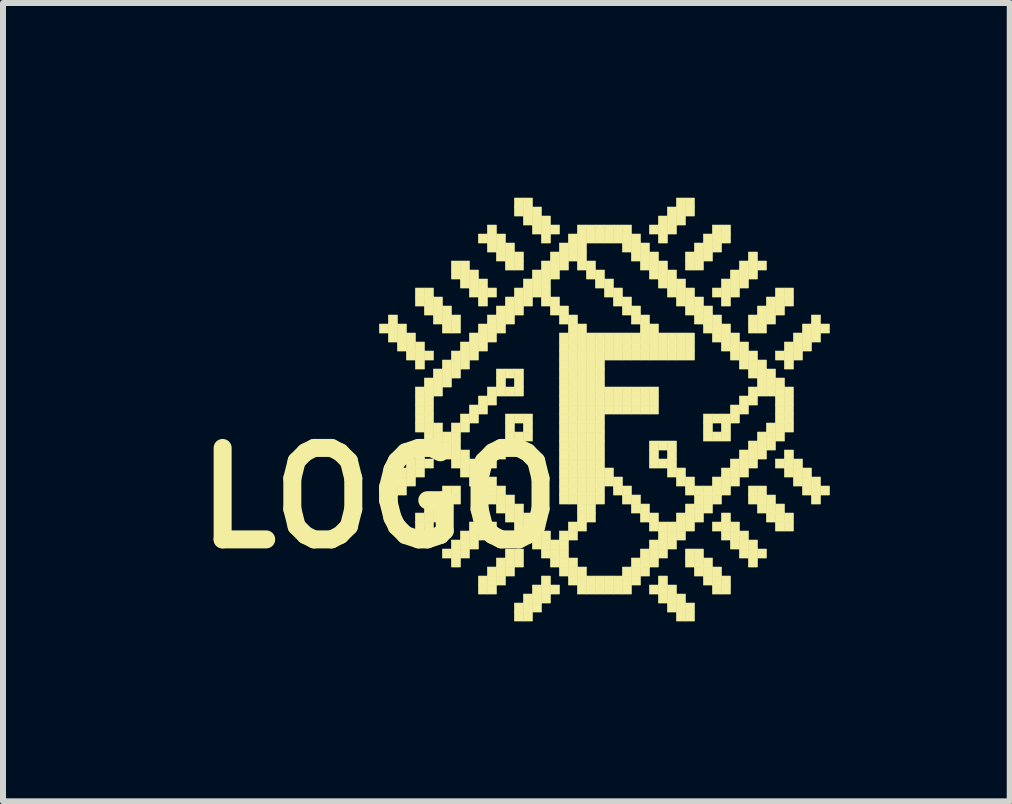
<source format=kicad_pcb>
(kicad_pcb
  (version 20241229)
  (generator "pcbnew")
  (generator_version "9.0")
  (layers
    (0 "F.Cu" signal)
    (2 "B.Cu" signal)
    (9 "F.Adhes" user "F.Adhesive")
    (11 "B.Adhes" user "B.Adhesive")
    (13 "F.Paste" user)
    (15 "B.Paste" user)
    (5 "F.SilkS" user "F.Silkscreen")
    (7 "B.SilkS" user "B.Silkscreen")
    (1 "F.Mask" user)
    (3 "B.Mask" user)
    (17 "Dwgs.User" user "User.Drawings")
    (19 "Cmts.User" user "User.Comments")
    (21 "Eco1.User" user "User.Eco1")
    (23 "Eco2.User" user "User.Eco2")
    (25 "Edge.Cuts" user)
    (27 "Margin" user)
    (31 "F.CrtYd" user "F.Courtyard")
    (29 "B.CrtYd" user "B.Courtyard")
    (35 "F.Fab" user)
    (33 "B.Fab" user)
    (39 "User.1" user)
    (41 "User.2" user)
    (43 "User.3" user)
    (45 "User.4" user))
  (footprint "LOGO"
    (layer "F.Cu")
    (at 3.273 0.25)
    (property "Reference" "LOGO" (at 0 5 0) (layer "F.SilkS") (effects (font (size 1.524 1.524) (thickness 0.3))))
    (attr through_hole)
    (fp_poly (pts (xy 0 2.1) (xy 0.15 2.1) (xy 0.15 2.25) (xy 0 2.25) (xy 0 2.1)) (stroke (width 0.01) (type solid)) (fill yes) (layer "F.SilkS"))
    (fp_poly (pts (xy 0 4.8) (xy 0.15 4.8) (xy 0.15 4.95) (xy 0 4.95) (xy 0 4.8)) (stroke (width 0.01) (type solid)) (fill yes) (layer "F.SilkS"))
    (fp_poly (pts (xy 0.15 1.95) (xy 0.3 1.95) (xy 0.3 2.1) (xy 0.15 2.1) (xy 0.15 1.95)) (stroke (width 0.01) (type solid)) (fill yes) (layer "F.SilkS"))
    (fp_poly (pts (xy 0.15 2.1) (xy 0.3 2.1) (xy 0.3 2.25) (xy 0.15 2.25) (xy 0.15 2.1)) (stroke (width 0.01) (type solid)) (fill yes) (layer "F.SilkS"))
    (fp_poly (pts (xy 0.15 2.25) (xy 0.3 2.25) (xy 0.3 2.4) (xy 0.15 2.4) (xy 0.15 2.25)) (stroke (width 0.01) (type solid)) (fill yes) (layer "F.SilkS"))
    (fp_poly (pts (xy 0.15 4.65) (xy 0.3 4.65) (xy 0.3 4.8) (xy 0.15 4.8) (xy 0.15 4.65)) (stroke (width 0.01) (type solid)) (fill yes) (layer "F.SilkS"))
    (fp_poly (pts (xy 0.15 4.8) (xy 0.3 4.8) (xy 0.3 4.95) (xy 0.15 4.95) (xy 0.15 4.8)) (stroke (width 0.01) (type solid)) (fill yes) (layer "F.SilkS"))
    (fp_poly (pts (xy 0.15 4.95) (xy 0.3 4.95) (xy 0.3 5.1) (xy 0.15 5.1) (xy 0.15 4.95)) (stroke (width 0.01) (type solid)) (fill yes) (layer "F.SilkS"))
    (fp_poly (pts (xy 0.3 2.1) (xy 0.45 2.1) (xy 0.45 2.25) (xy 0.3 2.25) (xy 0.3 2.1)) (stroke (width 0.01) (type solid)) (fill yes) (layer "F.SilkS"))
    (fp_poly (pts (xy 0.3 2.25) (xy 0.45 2.25) (xy 0.45 2.4) (xy 0.3 2.4) (xy 0.3 2.25)) (stroke (width 0.01) (type solid)) (fill yes) (layer "F.SilkS"))
    (fp_poly (pts (xy 0.3 2.4) (xy 0.45 2.4) (xy 0.45 2.55) (xy 0.3 2.55) (xy 0.3 2.4)) (stroke (width 0.01) (type solid)) (fill yes) (layer "F.SilkS"))
    (fp_poly (pts (xy 0.3 4.5) (xy 0.45 4.5) (xy 0.45 4.65) (xy 0.3 4.65) (xy 0.3 4.5)) (stroke (width 0.01) (type solid)) (fill yes) (layer "F.SilkS"))
    (fp_poly (pts (xy 0.3 4.65) (xy 0.45 4.65) (xy 0.45 4.8) (xy 0.3 4.8) (xy 0.3 4.65)) (stroke (width 0.01) (type solid)) (fill yes) (layer "F.SilkS"))
    (fp_poly (pts (xy 0.3 4.8) (xy 0.45 4.8) (xy 0.45 4.95) (xy 0.3 4.95) (xy 0.3 4.8)) (stroke (width 0.01) (type solid)) (fill yes) (layer "F.SilkS"))
    (fp_poly (pts (xy 0.45 2.25) (xy 0.6 2.25) (xy 0.6 2.4) (xy 0.45 2.4) (xy 0.45 2.25)) (stroke (width 0.01) (type solid)) (fill yes) (layer "F.SilkS"))
    (fp_poly (pts (xy 0.45 2.4) (xy 0.6 2.4) (xy 0.6 2.55) (xy 0.45 2.55) (xy 0.45 2.4)) (stroke (width 0.01) (type solid)) (fill yes) (layer "F.SilkS"))
    (fp_poly (pts (xy 0.45 2.55) (xy 0.6 2.55) (xy 0.6 2.7) (xy 0.45 2.7) (xy 0.45 2.55)) (stroke (width 0.01) (type solid)) (fill yes) (layer "F.SilkS"))
    (fp_poly (pts (xy 0.45 4.35) (xy 0.6 4.35) (xy 0.6 4.5) (xy 0.45 4.5) (xy 0.45 4.35)) (stroke (width 0.01) (type solid)) (fill yes) (layer "F.SilkS"))
    (fp_poly (pts (xy 0.45 4.5) (xy 0.6 4.5) (xy 0.6 4.65) (xy 0.45 4.65) (xy 0.45 4.5)) (stroke (width 0.01) (type solid)) (fill yes) (layer "F.SilkS"))
    (fp_poly (pts (xy 0.45 4.65) (xy 0.6 4.65) (xy 0.6 4.8) (xy 0.45 4.8) (xy 0.45 4.65)) (stroke (width 0.01) (type solid)) (fill yes) (layer "F.SilkS"))
    (fp_poly (pts (xy 0.6 1.5) (xy 0.75 1.5) (xy 0.75 1.65) (xy 0.6 1.65) (xy 0.6 1.5)) (stroke (width 0.01) (type solid)) (fill yes) (layer "F.SilkS"))
    (fp_poly (pts (xy 0.6 1.65) (xy 0.75 1.65) (xy 0.75 1.8) (xy 0.6 1.8) (xy 0.6 1.65)) (stroke (width 0.01) (type solid)) (fill yes) (layer "F.SilkS"))
    (fp_poly (pts (xy 0.6 2.4) (xy 0.75 2.4) (xy 0.75 2.55) (xy 0.6 2.55) (xy 0.6 2.4)) (stroke (width 0.01) (type solid)) (fill yes) (layer "F.SilkS"))
    (fp_poly (pts (xy 0.6 2.55) (xy 0.75 2.55) (xy 0.75 2.7) (xy 0.6 2.7) (xy 0.6 2.55)) (stroke (width 0.01) (type solid)) (fill yes) (layer "F.SilkS"))
    (fp_poly (pts (xy 0.6 2.7) (xy 0.75 2.7) (xy 0.75 2.85) (xy 0.6 2.85) (xy 0.6 2.7)) (stroke (width 0.01) (type solid)) (fill yes) (layer "F.SilkS"))
    (fp_poly (pts (xy 0.6 3.15) (xy 0.75 3.15) (xy 0.75 3.3) (xy 0.6 3.3) (xy 0.6 3.15)) (stroke (width 0.01) (type solid)) (fill yes) (layer "F.SilkS"))
    (fp_poly (pts (xy 0.6 3.3) (xy 0.75 3.3) (xy 0.75 3.45) (xy 0.6 3.45) (xy 0.6 3.3)) (stroke (width 0.01) (type solid)) (fill yes) (layer "F.SilkS"))
    (fp_poly (pts (xy 0.6 3.45) (xy 0.75 3.45) (xy 0.75 3.6) (xy 0.6 3.6) (xy 0.6 3.45)) (stroke (width 0.01) (type solid)) (fill yes) (layer "F.SilkS"))
    (fp_poly (pts (xy 0.6 3.6) (xy 0.75 3.6) (xy 0.75 3.75) (xy 0.6 3.75) (xy 0.6 3.6)) (stroke (width 0.01) (type solid)) (fill yes) (layer "F.SilkS"))
    (fp_poly (pts (xy 0.6 3.75) (xy 0.75 3.75) (xy 0.75 3.9) (xy 0.6 3.9) (xy 0.6 3.75)) (stroke (width 0.01) (type solid)) (fill yes) (layer "F.SilkS"))
    (fp_poly (pts (xy 0.6 4.2) (xy 0.75 4.2) (xy 0.75 4.35) (xy 0.6 4.35) (xy 0.6 4.2)) (stroke (width 0.01) (type solid)) (fill yes) (layer "F.SilkS"))
    (fp_poly (pts (xy 0.6 4.35) (xy 0.75 4.35) (xy 0.75 4.5) (xy 0.6 4.5) (xy 0.6 4.35)) (stroke (width 0.01) (type solid)) (fill yes) (layer "F.SilkS"))
    (fp_poly (pts (xy 0.6 4.5) (xy 0.75 4.5) (xy 0.75 4.65) (xy 0.6 4.65) (xy 0.6 4.5)) (stroke (width 0.01) (type solid)) (fill yes) (layer "F.SilkS"))
    (fp_poly (pts (xy 0.6 5.25) (xy 0.75 5.25) (xy 0.75 5.4) (xy 0.6 5.4) (xy 0.6 5.25)) (stroke (width 0.01) (type solid)) (fill yes) (layer "F.SilkS"))
    (fp_poly (pts (xy 0.6 5.4) (xy 0.75 5.4) (xy 0.75 5.55) (xy 0.6 5.55) (xy 0.6 5.4)) (stroke (width 0.01) (type solid)) (fill yes) (layer "F.SilkS"))
    (fp_poly (pts (xy 0.75 1.5) (xy 0.9 1.5) (xy 0.9 1.65) (xy 0.75 1.65) (xy 0.75 1.5)) (stroke (width 0.01) (type solid)) (fill yes) (layer "F.SilkS"))
    (fp_poly (pts (xy 0.75 1.65) (xy 0.9 1.65) (xy 0.9 1.8) (xy 0.75 1.8) (xy 0.75 1.65)) (stroke (width 0.01) (type solid)) (fill yes) (layer "F.SilkS"))
    (fp_poly (pts (xy 0.75 1.8) (xy 0.9 1.8) (xy 0.9 1.95) (xy 0.75 1.95) (xy 0.75 1.8)) (stroke (width 0.01) (type solid)) (fill yes) (layer "F.SilkS"))
    (fp_poly (pts (xy 0.75 2.55) (xy 0.9 2.55) (xy 0.9 2.7) (xy 0.75 2.7) (xy 0.75 2.55)) (stroke (width 0.01) (type solid)) (fill yes) (layer "F.SilkS"))
    (fp_poly (pts (xy 0.75 3) (xy 0.9 3) (xy 0.9 3.15) (xy 0.75 3.15) (xy 0.75 3)) (stroke (width 0.01) (type solid)) (fill yes) (layer "F.SilkS"))
    (fp_poly (pts (xy 0.75 3.15) (xy 0.9 3.15) (xy 0.9 3.3) (xy 0.75 3.3) (xy 0.75 3.15)) (stroke (width 0.01) (type solid)) (fill yes) (layer "F.SilkS"))
    (fp_poly (pts (xy 0.75 3.3) (xy 0.9 3.3) (xy 0.9 3.45) (xy 0.75 3.45) (xy 0.75 3.3)) (stroke (width 0.01) (type solid)) (fill yes) (layer "F.SilkS"))
    (fp_poly (pts (xy 0.75 3.45) (xy 0.9 3.45) (xy 0.9 3.6) (xy 0.75 3.6) (xy 0.75 3.45)) (stroke (width 0.01) (type solid)) (fill yes) (layer "F.SilkS"))
    (fp_poly (pts (xy 0.75 3.6) (xy 0.9 3.6) (xy 0.9 3.75) (xy 0.75 3.75) (xy 0.75 3.6)) (stroke (width 0.01) (type solid)) (fill yes) (layer "F.SilkS"))
    (fp_poly (pts (xy 0.75 3.75) (xy 0.9 3.75) (xy 0.9 3.9) (xy 0.75 3.9) (xy 0.75 3.75)) (stroke (width 0.01) (type solid)) (fill yes) (layer "F.SilkS"))
    (fp_poly (pts (xy 0.75 3.9) (xy 0.9 3.9) (xy 0.9 4.05) (xy 0.75 4.05) (xy 0.75 3.9)) (stroke (width 0.01) (type solid)) (fill yes) (layer "F.SilkS"))
    (fp_poly (pts (xy 0.75 4.35) (xy 0.9 4.35) (xy 0.9 4.5) (xy 0.75 4.5) (xy 0.75 4.35)) (stroke (width 0.01) (type solid)) (fill yes) (layer "F.SilkS"))
    (fp_poly (pts (xy 0.75 5.1) (xy 0.9 5.1) (xy 0.9 5.25) (xy 0.75 5.25) (xy 0.75 5.1)) (stroke (width 0.01) (type solid)) (fill yes) (layer "F.SilkS"))
    (fp_poly (pts (xy 0.75 5.25) (xy 0.9 5.25) (xy 0.9 5.4) (xy 0.75 5.4) (xy 0.75 5.25)) (stroke (width 0.01) (type solid)) (fill yes) (layer "F.SilkS"))
    (fp_poly (pts (xy 0.75 5.4) (xy 0.9 5.4) (xy 0.9 5.55) (xy 0.75 5.55) (xy 0.75 5.4)) (stroke (width 0.01) (type solid)) (fill yes) (layer "F.SilkS"))
    (fp_poly (pts (xy 0.9 1.65) (xy 1.05 1.65) (xy 1.05 1.8) (xy 0.9 1.8) (xy 0.9 1.65)) (stroke (width 0.01) (type solid)) (fill yes) (layer "F.SilkS"))
    (fp_poly (pts (xy 0.9 1.8) (xy 1.05 1.8) (xy 1.05 1.95) (xy 0.9 1.95) (xy 0.9 1.8)) (stroke (width 0.01) (type solid)) (fill yes) (layer "F.SilkS"))
    (fp_poly (pts (xy 0.9 1.95) (xy 1.05 1.95) (xy 1.05 2.1) (xy 0.9 2.1) (xy 0.9 1.95)) (stroke (width 0.01) (type solid)) (fill yes) (layer "F.SilkS"))
    (fp_poly (pts (xy 0.9 2.85) (xy 1.05 2.85) (xy 1.05 3) (xy 0.9 3) (xy 0.9 2.85)) (stroke (width 0.01) (type solid)) (fill yes) (layer "F.SilkS"))
    (fp_poly (pts (xy 0.9 3) (xy 1.05 3) (xy 1.05 3.15) (xy 0.9 3.15) (xy 0.9 3)) (stroke (width 0.01) (type solid)) (fill yes) (layer "F.SilkS"))
    (fp_poly (pts (xy 0.9 3.15) (xy 1.05 3.15) (xy 1.05 3.3) (xy 0.9 3.3) (xy 0.9 3.15)) (stroke (width 0.01) (type solid)) (fill yes) (layer "F.SilkS"))
    (fp_poly (pts (xy 0.9 3.75) (xy 1.05 3.75) (xy 1.05 3.9) (xy 0.9 3.9) (xy 0.9 3.75)) (stroke (width 0.01) (type solid)) (fill yes) (layer "F.SilkS"))
    (fp_poly (pts (xy 0.9 3.9) (xy 1.05 3.9) (xy 1.05 4.05) (xy 0.9 4.05) (xy 0.9 3.9)) (stroke (width 0.01) (type solid)) (fill yes) (layer "F.SilkS"))
    (fp_poly (pts (xy 0.9 4.05) (xy 1.05 4.05) (xy 1.05 4.2) (xy 0.9 4.2) (xy 0.9 4.05)) (stroke (width 0.01) (type solid)) (fill yes) (layer "F.SilkS"))
    (fp_poly (pts (xy 0.9 4.95) (xy 1.05 4.95) (xy 1.05 5.1) (xy 0.9 5.1) (xy 0.9 4.95)) (stroke (width 0.01) (type solid)) (fill yes) (layer "F.SilkS"))
    (fp_poly (pts (xy 0.9 5.1) (xy 1.05 5.1) (xy 1.05 5.25) (xy 0.9 5.25) (xy 0.9 5.1)) (stroke (width 0.01) (type solid)) (fill yes) (layer "F.SilkS"))
    (fp_poly (pts (xy 0.9 5.25) (xy 1.05 5.25) (xy 1.05 5.4) (xy 0.9 5.4) (xy 0.9 5.25)) (stroke (width 0.01) (type solid)) (fill yes) (layer "F.SilkS"))
    (fp_poly (pts (xy 1.05 1.8) (xy 1.2 1.8) (xy 1.2 1.95) (xy 1.05 1.95) (xy 1.05 1.8)) (stroke (width 0.01) (type solid)) (fill yes) (layer "F.SilkS"))
    (fp_poly (pts (xy 1.05 1.95) (xy 1.2 1.95) (xy 1.2 2.1) (xy 1.05 2.1) (xy 1.05 1.95)) (stroke (width 0.01) (type solid)) (fill yes) (layer "F.SilkS"))
    (fp_poly (pts (xy 1.05 2.1) (xy 1.2 2.1) (xy 1.2 2.25) (xy 1.05 2.25) (xy 1.05 2.1)) (stroke (width 0.01) (type solid)) (fill yes) (layer "F.SilkS"))
    (fp_poly (pts (xy 1.05 2.7) (xy 1.2 2.7) (xy 1.2 2.85) (xy 1.05 2.85) (xy 1.05 2.7)) (stroke (width 0.01) (type solid)) (fill yes) (layer "F.SilkS"))
    (fp_poly (pts (xy 1.05 2.85) (xy 1.2 2.85) (xy 1.2 3) (xy 1.05 3) (xy 1.05 2.85)) (stroke (width 0.01) (type solid)) (fill yes) (layer "F.SilkS"))
    (fp_poly (pts (xy 1.05 3) (xy 1.2 3) (xy 1.2 3.15) (xy 1.05 3.15) (xy 1.05 3)) (stroke (width 0.01) (type solid)) (fill yes) (layer "F.SilkS"))
    (fp_poly (pts (xy 1.05 3.9) (xy 1.2 3.9) (xy 1.2 4.05) (xy 1.05 4.05) (xy 1.05 3.9)) (stroke (width 0.01) (type solid)) (fill yes) (layer "F.SilkS"))
    (fp_poly (pts (xy 1.05 4.05) (xy 1.2 4.05) (xy 1.2 4.2) (xy 1.05 4.2) (xy 1.05 4.05)) (stroke (width 0.01) (type solid)) (fill yes) (layer "F.SilkS"))
    (fp_poly (pts (xy 1.05 4.2) (xy 1.2 4.2) (xy 1.2 4.35) (xy 1.05 4.35) (xy 1.05 4.2)) (stroke (width 0.01) (type solid)) (fill yes) (layer "F.SilkS"))
    (fp_poly (pts (xy 1.05 4.8) (xy 1.2 4.8) (xy 1.2 4.95) (xy 1.05 4.95) (xy 1.05 4.8)) (stroke (width 0.01) (type solid)) (fill yes) (layer "F.SilkS"))
    (fp_poly (pts (xy 1.05 4.95) (xy 1.2 4.95) (xy 1.2 5.1) (xy 1.05 5.1) (xy 1.05 4.95)) (stroke (width 0.01) (type solid)) (fill yes) (layer "F.SilkS"))
    (fp_poly (pts (xy 1.05 5.1) (xy 1.2 5.1) (xy 1.2 5.25) (xy 1.05 5.25) (xy 1.05 5.1)) (stroke (width 0.01) (type solid)) (fill yes) (layer "F.SilkS"))
    (fp_poly (pts (xy 1.05 5.85) (xy 1.2 5.85) (xy 1.2 6) (xy 1.05 6) (xy 1.05 5.85)) (stroke (width 0.01) (type solid)) (fill yes) (layer "F.SilkS"))
    (fp_poly (pts (xy 1.2 1.05) (xy 1.35 1.05) (xy 1.35 1.2) (xy 1.2 1.2) (xy 1.2 1.05)) (stroke (width 0.01) (type solid)) (fill yes) (layer "F.SilkS"))
    (fp_poly (pts (xy 1.2 1.2) (xy 1.35 1.2) (xy 1.35 1.35) (xy 1.2 1.35) (xy 1.2 1.2)) (stroke (width 0.01) (type solid)) (fill yes) (layer "F.SilkS"))
    (fp_poly (pts (xy 1.2 1.95) (xy 1.35 1.95) (xy 1.35 2.1) (xy 1.2 2.1) (xy 1.2 1.95)) (stroke (width 0.01) (type solid)) (fill yes) (layer "F.SilkS"))
    (fp_poly (pts (xy 1.2 2.1) (xy 1.35 2.1) (xy 1.35 2.25) (xy 1.2 2.25) (xy 1.2 2.1)) (stroke (width 0.01) (type solid)) (fill yes) (layer "F.SilkS"))
    (fp_poly (pts (xy 1.2 2.55) (xy 1.35 2.55) (xy 1.35 2.7) (xy 1.2 2.7) (xy 1.2 2.55)) (stroke (width 0.01) (type solid)) (fill yes) (layer "F.SilkS"))
    (fp_poly (pts (xy 1.2 2.7) (xy 1.35 2.7) (xy 1.35 2.85) (xy 1.2 2.85) (xy 1.2 2.7)) (stroke (width 0.01) (type solid)) (fill yes) (layer "F.SilkS"))
    (fp_poly (pts (xy 1.2 2.85) (xy 1.35 2.85) (xy 1.35 3) (xy 1.2 3) (xy 1.2 2.85)) (stroke (width 0.01) (type solid)) (fill yes) (layer "F.SilkS"))
    (fp_poly (pts (xy 1.2 3.75) (xy 1.35 3.75) (xy 1.35 3.9) (xy 1.2 3.9) (xy 1.2 3.75)) (stroke (width 0.01) (type solid)) (fill yes) (layer "F.SilkS"))
    (fp_poly (pts (xy 1.2 3.9) (xy 1.35 3.9) (xy 1.35 4.05) (xy 1.2 4.05) (xy 1.2 3.9)) (stroke (width 0.01) (type solid)) (fill yes) (layer "F.SilkS"))
    (fp_poly (pts (xy 1.2 4.05) (xy 1.35 4.05) (xy 1.35 4.2) (xy 1.2 4.2) (xy 1.2 4.05)) (stroke (width 0.01) (type solid)) (fill yes) (layer "F.SilkS"))
    (fp_poly (pts (xy 1.2 4.2) (xy 1.35 4.2) (xy 1.35 4.35) (xy 1.2 4.35) (xy 1.2 4.2)) (stroke (width 0.01) (type solid)) (fill yes) (layer "F.SilkS"))
    (fp_poly (pts (xy 1.2 4.35) (xy 1.35 4.35) (xy 1.35 4.5) (xy 1.2 4.5) (xy 1.2 4.35)) (stroke (width 0.01) (type solid)) (fill yes) (layer "F.SilkS"))
    (fp_poly (pts (xy 1.2 4.8) (xy 1.35 4.8) (xy 1.35 4.95) (xy 1.2 4.95) (xy 1.2 4.8)) (stroke (width 0.01) (type solid)) (fill yes) (layer "F.SilkS"))
    (fp_poly (pts (xy 1.2 4.95) (xy 1.35 4.95) (xy 1.35 5.1) (xy 1.2 5.1) (xy 1.2 4.95)) (stroke (width 0.01) (type solid)) (fill yes) (layer "F.SilkS"))
    (fp_poly (pts (xy 1.2 5.7) (xy 1.35 5.7) (xy 1.35 5.85) (xy 1.2 5.85) (xy 1.2 5.7)) (stroke (width 0.01) (type solid)) (fill yes) (layer "F.SilkS"))
    (fp_poly (pts (xy 1.2 5.85) (xy 1.35 5.85) (xy 1.35 6) (xy 1.2 6) (xy 1.2 5.85)) (stroke (width 0.01) (type solid)) (fill yes) (layer "F.SilkS"))
    (fp_poly (pts (xy 1.2 6) (xy 1.35 6) (xy 1.35 6.15) (xy 1.2 6.15) (xy 1.2 6)) (stroke (width 0.01) (type solid)) (fill yes) (layer "F.SilkS"))
    (fp_poly (pts (xy 1.35 1.05) (xy 1.5 1.05) (xy 1.5 1.2) (xy 1.35 1.2) (xy 1.35 1.05)) (stroke (width 0.01) (type solid)) (fill yes) (layer "F.SilkS"))
    (fp_poly (pts (xy 1.35 1.2) (xy 1.5 1.2) (xy 1.5 1.35) (xy 1.35 1.35) (xy 1.35 1.2)) (stroke (width 0.01) (type solid)) (fill yes) (layer "F.SilkS"))
    (fp_poly (pts (xy 1.35 1.35) (xy 1.5 1.35) (xy 1.5 1.5) (xy 1.35 1.5) (xy 1.35 1.35)) (stroke (width 0.01) (type solid)) (fill yes) (layer "F.SilkS"))
    (fp_poly (pts (xy 1.35 2.4) (xy 1.5 2.4) (xy 1.5 2.55) (xy 1.35 2.55) (xy 1.35 2.4)) (stroke (width 0.01) (type solid)) (fill yes) (layer "F.SilkS"))
    (fp_poly (pts (xy 1.35 2.55) (xy 1.5 2.55) (xy 1.5 2.7) (xy 1.35 2.7) (xy 1.35 2.55)) (stroke (width 0.01) (type solid)) (fill yes) (layer "F.SilkS"))
    (fp_poly (pts (xy 1.35 2.7) (xy 1.5 2.7) (xy 1.5 2.85) (xy 1.35 2.85) (xy 1.35 2.7)) (stroke (width 0.01) (type solid)) (fill yes) (layer "F.SilkS"))
    (fp_poly (pts (xy 1.35 3.6) (xy 1.5 3.6) (xy 1.5 3.75) (xy 1.35 3.75) (xy 1.35 3.6)) (stroke (width 0.01) (type solid)) (fill yes) (layer "F.SilkS"))
    (fp_poly (pts (xy 1.35 3.75) (xy 1.5 3.75) (xy 1.5 3.9) (xy 1.35 3.9) (xy 1.35 3.75)) (stroke (width 0.01) (type solid)) (fill yes) (layer "F.SilkS"))
    (fp_poly (pts (xy 1.35 4.2) (xy 1.5 4.2) (xy 1.5 4.35) (xy 1.35 4.35) (xy 1.35 4.2)) (stroke (width 0.01) (type solid)) (fill yes) (layer "F.SilkS"))
    (fp_poly (pts (xy 1.35 4.35) (xy 1.5 4.35) (xy 1.5 4.5) (xy 1.35 4.5) (xy 1.35 4.35)) (stroke (width 0.01) (type solid)) (fill yes) (layer "F.SilkS"))
    (fp_poly (pts (xy 1.35 4.5) (xy 1.5 4.5) (xy 1.5 4.65) (xy 1.35 4.65) (xy 1.35 4.5)) (stroke (width 0.01) (type solid)) (fill yes) (layer "F.SilkS"))
    (fp_poly (pts (xy 1.35 5.55) (xy 1.5 5.55) (xy 1.5 5.7) (xy 1.35 5.7) (xy 1.35 5.55)) (stroke (width 0.01) (type solid)) (fill yes) (layer "F.SilkS"))
    (fp_poly (pts (xy 1.35 5.7) (xy 1.5 5.7) (xy 1.5 5.85) (xy 1.35 5.85) (xy 1.35 5.7)) (stroke (width 0.01) (type solid)) (fill yes) (layer "F.SilkS"))
    (fp_poly (pts (xy 1.35 5.85) (xy 1.5 5.85) (xy 1.5 6) (xy 1.35 6) (xy 1.35 5.85)) (stroke (width 0.01) (type solid)) (fill yes) (layer "F.SilkS"))
    (fp_poly (pts (xy 1.5 1.2) (xy 1.65 1.2) (xy 1.65 1.35) (xy 1.5 1.35) (xy 1.5 1.2)) (stroke (width 0.01) (type solid)) (fill yes) (layer "F.SilkS"))
    (fp_poly (pts (xy 1.5 1.35) (xy 1.65 1.35) (xy 1.65 1.5) (xy 1.5 1.5) (xy 1.5 1.35)) (stroke (width 0.01) (type solid)) (fill yes) (layer "F.SilkS"))
    (fp_poly (pts (xy 1.5 1.5) (xy 1.65 1.5) (xy 1.65 1.65) (xy 1.5 1.65) (xy 1.5 1.5)) (stroke (width 0.01) (type solid)) (fill yes) (layer "F.SilkS"))
    (fp_poly (pts (xy 1.5 2.25) (xy 1.65 2.25) (xy 1.65 2.4) (xy 1.5 2.4) (xy 1.5 2.25)) (stroke (width 0.01) (type solid)) (fill yes) (layer "F.SilkS"))
    (fp_poly (pts (xy 1.5 2.4) (xy 1.65 2.4) (xy 1.65 2.55) (xy 1.5 2.55) (xy 1.5 2.4)) (stroke (width 0.01) (type solid)) (fill yes) (layer "F.SilkS"))
    (fp_poly (pts (xy 1.5 2.55) (xy 1.65 2.55) (xy 1.65 2.7) (xy 1.5 2.7) (xy 1.5 2.55)) (stroke (width 0.01) (type solid)) (fill yes) (layer "F.SilkS"))
    (fp_poly (pts (xy 1.5 3.45) (xy 1.65 3.45) (xy 1.65 3.6) (xy 1.5 3.6) (xy 1.5 3.45)) (stroke (width 0.01) (type solid)) (fill yes) (layer "F.SilkS"))
    (fp_poly (pts (xy 1.5 3.6) (xy 1.65 3.6) (xy 1.65 3.75) (xy 1.5 3.75) (xy 1.5 3.6)) (stroke (width 0.01) (type solid)) (fill yes) (layer "F.SilkS"))
    (fp_poly (pts (xy 1.5 4.35) (xy 1.65 4.35) (xy 1.65 4.5) (xy 1.5 4.5) (xy 1.5 4.35)) (stroke (width 0.01) (type solid)) (fill yes) (layer "F.SilkS"))
    (fp_poly (pts (xy 1.5 4.5) (xy 1.65 4.5) (xy 1.65 4.65) (xy 1.5 4.65) (xy 1.5 4.5)) (stroke (width 0.01) (type solid)) (fill yes) (layer "F.SilkS"))
    (fp_poly (pts (xy 1.5 4.65) (xy 1.65 4.65) (xy 1.65 4.8) (xy 1.5 4.8) (xy 1.5 4.65)) (stroke (width 0.01) (type solid)) (fill yes) (layer "F.SilkS"))
    (fp_poly (pts (xy 1.5 5.4) (xy 1.65 5.4) (xy 1.65 5.55) (xy 1.5 5.55) (xy 1.5 5.4)) (stroke (width 0.01) (type solid)) (fill yes) (layer "F.SilkS"))
    (fp_poly (pts (xy 1.5 5.55) (xy 1.65 5.55) (xy 1.65 5.7) (xy 1.5 5.7) (xy 1.5 5.55)) (stroke (width 0.01) (type solid)) (fill yes) (layer "F.SilkS"))
    (fp_poly (pts (xy 1.5 5.7) (xy 1.65 5.7) (xy 1.65 5.85) (xy 1.5 5.85) (xy 1.5 5.7)) (stroke (width 0.01) (type solid)) (fill yes) (layer "F.SilkS"))
    (fp_poly (pts (xy 1.65 0.6) (xy 1.8 0.6) (xy 1.8 0.75) (xy 1.65 0.75) (xy 1.65 0.6)) (stroke (width 0.01) (type solid)) (fill yes) (layer "F.SilkS"))
    (fp_poly (pts (xy 1.65 1.35) (xy 1.8 1.35) (xy 1.8 1.5) (xy 1.65 1.5) (xy 1.65 1.35)) (stroke (width 0.01) (type solid)) (fill yes) (layer "F.SilkS"))
    (fp_poly (pts (xy 1.65 1.5) (xy 1.8 1.5) (xy 1.8 1.65) (xy 1.65 1.65) (xy 1.65 1.5)) (stroke (width 0.01) (type solid)) (fill yes) (layer "F.SilkS"))
    (fp_poly (pts (xy 1.65 1.65) (xy 1.8 1.65) (xy 1.8 1.8) (xy 1.65 1.8) (xy 1.65 1.65)) (stroke (width 0.01) (type solid)) (fill yes) (layer "F.SilkS"))
    (fp_poly (pts (xy 1.65 2.1) (xy 1.8 2.1) (xy 1.8 2.25) (xy 1.65 2.25) (xy 1.65 2.1)) (stroke (width 0.01) (type solid)) (fill yes) (layer "F.SilkS"))
    (fp_poly (pts (xy 1.65 2.25) (xy 1.8 2.25) (xy 1.8 2.4) (xy 1.65 2.4) (xy 1.65 2.25)) (stroke (width 0.01) (type solid)) (fill yes) (layer "F.SilkS"))
    (fp_poly (pts (xy 1.65 2.4) (xy 1.8 2.4) (xy 1.8 2.55) (xy 1.65 2.55) (xy 1.65 2.4)) (stroke (width 0.01) (type solid)) (fill yes) (layer "F.SilkS"))
    (fp_poly (pts (xy 1.65 3.3) (xy 1.8 3.3) (xy 1.8 3.45) (xy 1.65 3.45) (xy 1.65 3.3)) (stroke (width 0.01) (type solid)) (fill yes) (layer "F.SilkS"))
    (fp_poly (pts (xy 1.65 3.45) (xy 1.8 3.45) (xy 1.8 3.6) (xy 1.65 3.6) (xy 1.65 3.45)) (stroke (width 0.01) (type solid)) (fill yes) (layer "F.SilkS"))
    (fp_poly (pts (xy 1.65 4.35) (xy 1.8 4.35) (xy 1.8 4.5) (xy 1.65 4.5) (xy 1.65 4.35)) (stroke (width 0.01) (type solid)) (fill yes) (layer "F.SilkS"))
    (fp_poly (pts (xy 1.65 4.5) (xy 1.8 4.5) (xy 1.8 4.65) (xy 1.65 4.65) (xy 1.65 4.5)) (stroke (width 0.01) (type solid)) (fill yes) (layer "F.SilkS"))
    (fp_poly (pts (xy 1.65 4.65) (xy 1.8 4.65) (xy 1.8 4.8) (xy 1.65 4.8) (xy 1.65 4.65)) (stroke (width 0.01) (type solid)) (fill yes) (layer "F.SilkS"))
    (fp_poly (pts (xy 1.65 4.8) (xy 1.8 4.8) (xy 1.8 4.95) (xy 1.65 4.95) (xy 1.65 4.8)) (stroke (width 0.01) (type solid)) (fill yes) (layer "F.SilkS"))
    (fp_poly (pts (xy 1.65 5.25) (xy 1.8 5.25) (xy 1.8 5.4) (xy 1.65 5.4) (xy 1.65 5.25)) (stroke (width 0.01) (type solid)) (fill yes) (layer "F.SilkS"))
    (fp_poly (pts (xy 1.65 5.4) (xy 1.8 5.4) (xy 1.8 5.55) (xy 1.65 5.55) (xy 1.65 5.4)) (stroke (width 0.01) (type solid)) (fill yes) (layer "F.SilkS"))
    (fp_poly (pts (xy 1.65 5.55) (xy 1.8 5.55) (xy 1.8 5.7) (xy 1.65 5.7) (xy 1.65 5.55)) (stroke (width 0.01) (type solid)) (fill yes) (layer "F.SilkS"))
    (fp_poly (pts (xy 1.65 6.3) (xy 1.8 6.3) (xy 1.8 6.45) (xy 1.65 6.45) (xy 1.65 6.3)) (stroke (width 0.01) (type solid)) (fill yes) (layer "F.SilkS"))
    (fp_poly (pts (xy 1.65 6.45) (xy 1.8 6.45) (xy 1.8 6.6) (xy 1.65 6.6) (xy 1.65 6.45)) (stroke (width 0.01) (type solid)) (fill yes) (layer "F.SilkS"))
    (fp_poly (pts (xy 1.8 0.45) (xy 1.95 0.45) (xy 1.95 0.6) (xy 1.8 0.6) (xy 1.8 0.45)) (stroke (width 0.01) (type solid)) (fill yes) (layer "F.SilkS"))
    (fp_poly (pts (xy 1.8 0.6) (xy 1.95 0.6) (xy 1.95 0.75) (xy 1.8 0.75) (xy 1.8 0.6)) (stroke (width 0.01) (type solid)) (fill yes) (layer "F.SilkS"))
    (fp_poly (pts (xy 1.8 0.75) (xy 1.95 0.75) (xy 1.95 0.9) (xy 1.8 0.9) (xy 1.8 0.75)) (stroke (width 0.01) (type solid)) (fill yes) (layer "F.SilkS"))
    (fp_poly (pts (xy 1.8 1.5) (xy 1.95 1.5) (xy 1.95 1.65) (xy 1.8 1.65) (xy 1.8 1.5)) (stroke (width 0.01) (type solid)) (fill yes) (layer "F.SilkS"))
    (fp_poly (pts (xy 1.8 1.95) (xy 1.95 1.95) (xy 1.95 2.1) (xy 1.8 2.1) (xy 1.8 1.95)) (stroke (width 0.01) (type solid)) (fill yes) (layer "F.SilkS"))
    (fp_poly (pts (xy 1.8 2.1) (xy 1.95 2.1) (xy 1.95 2.25) (xy 1.8 2.25) (xy 1.8 2.1)) (stroke (width 0.01) (type solid)) (fill yes) (layer "F.SilkS"))
    (fp_poly (pts (xy 1.8 2.25) (xy 1.95 2.25) (xy 1.95 2.4) (xy 1.8 2.4) (xy 1.8 2.25)) (stroke (width 0.01) (type solid)) (fill yes) (layer "F.SilkS"))
    (fp_poly (pts (xy 1.8 3.15) (xy 1.95 3.15) (xy 1.95 3.3) (xy 1.8 3.3) (xy 1.8 3.15)) (stroke (width 0.01) (type solid)) (fill yes) (layer "F.SilkS"))
    (fp_poly (pts (xy 1.8 3.3) (xy 1.95 3.3) (xy 1.95 3.45) (xy 1.8 3.45) (xy 1.8 3.3)) (stroke (width 0.01) (type solid)) (fill yes) (layer "F.SilkS"))
    (fp_poly (pts (xy 1.8 4.2) (xy 1.95 4.2) (xy 1.95 4.35) (xy 1.8 4.35) (xy 1.8 4.2)) (stroke (width 0.01) (type solid)) (fill yes) (layer "F.SilkS"))
    (fp_poly (pts (xy 1.8 4.35) (xy 1.95 4.35) (xy 1.95 4.5) (xy 1.8 4.5) (xy 1.8 4.35)) (stroke (width 0.01) (type solid)) (fill yes) (layer "F.SilkS"))
    (fp_poly (pts (xy 1.8 4.65) (xy 1.95 4.65) (xy 1.95 4.8) (xy 1.8 4.8) (xy 1.8 4.65)) (stroke (width 0.01) (type solid)) (fill yes) (layer "F.SilkS"))
    (fp_poly (pts (xy 1.8 4.8) (xy 1.95 4.8) (xy 1.95 4.95) (xy 1.8 4.95) (xy 1.8 4.8)) (stroke (width 0.01) (type solid)) (fill yes) (layer "F.SilkS"))
    (fp_poly (pts (xy 1.8 4.95) (xy 1.95 4.95) (xy 1.95 5.1) (xy 1.8 5.1) (xy 1.8 4.95)) (stroke (width 0.01) (type solid)) (fill yes) (layer "F.SilkS"))
    (fp_poly (pts (xy 1.8 5.4) (xy 1.95 5.4) (xy 1.95 5.55) (xy 1.8 5.55) (xy 1.8 5.4)) (stroke (width 0.01) (type solid)) (fill yes) (layer "F.SilkS"))
    (fp_poly (pts (xy 1.8 6.15) (xy 1.95 6.15) (xy 1.95 6.3) (xy 1.8 6.3) (xy 1.8 6.15)) (stroke (width 0.01) (type solid)) (fill yes) (layer "F.SilkS"))
    (fp_poly (pts (xy 1.8 6.3) (xy 1.95 6.3) (xy 1.95 6.45) (xy 1.8 6.45) (xy 1.8 6.3)) (stroke (width 0.01) (type solid)) (fill yes) (layer "F.SilkS"))
    (fp_poly (pts (xy 1.8 6.45) (xy 1.95 6.45) (xy 1.95 6.6) (xy 1.8 6.6) (xy 1.8 6.45)) (stroke (width 0.01) (type solid)) (fill yes) (layer "F.SilkS"))
    (fp_poly (pts (xy 1.95 0.6) (xy 2.1 0.6) (xy 2.1 0.75) (xy 1.95 0.75) (xy 1.95 0.6)) (stroke (width 0.01) (type solid)) (fill yes) (layer "F.SilkS"))
    (fp_poly (pts (xy 1.95 0.75) (xy 2.1 0.75) (xy 2.1 0.9) (xy 1.95 0.9) (xy 1.95 0.75)) (stroke (width 0.01) (type solid)) (fill yes) (layer "F.SilkS"))
    (fp_poly (pts (xy 1.95 0.9) (xy 2.1 0.9) (xy 2.1 1.05) (xy 1.95 1.05) (xy 1.95 0.9)) (stroke (width 0.01) (type solid)) (fill yes) (layer "F.SilkS"))
    (fp_poly (pts (xy 1.95 1.8) (xy 2.1 1.8) (xy 2.1 1.95) (xy 1.95 1.95) (xy 1.95 1.8)) (stroke (width 0.01) (type solid)) (fill yes) (layer "F.SilkS"))
    (fp_poly (pts (xy 1.95 1.95) (xy 2.1 1.95) (xy 2.1 2.1) (xy 1.95 2.1) (xy 1.95 1.95)) (stroke (width 0.01) (type solid)) (fill yes) (layer "F.SilkS"))
    (fp_poly (pts (xy 1.95 2.1) (xy 2.1 2.1) (xy 2.1 2.25) (xy 1.95 2.25) (xy 1.95 2.1)) (stroke (width 0.01) (type solid)) (fill yes) (layer "F.SilkS"))
    (fp_poly (pts (xy 1.95 2.85) (xy 2.1 2.85) (xy 2.1 3) (xy 1.95 3) (xy 1.95 2.85)) (stroke (width 0.01) (type solid)) (fill yes) (layer "F.SilkS"))
    (fp_poly (pts (xy 1.95 3) (xy 2.1 3) (xy 2.1 3.15) (xy 1.95 3.15) (xy 1.95 3)) (stroke (width 0.01) (type solid)) (fill yes) (layer "F.SilkS"))
    (fp_poly (pts (xy 1.95 3.15) (xy 2.1 3.15) (xy 2.1 3.3) (xy 1.95 3.3) (xy 1.95 3.15)) (stroke (width 0.01) (type solid)) (fill yes) (layer "F.SilkS"))
    (fp_poly (pts (xy 1.95 4.05) (xy 2.1 4.05) (xy 2.1 4.2) (xy 1.95 4.2) (xy 1.95 4.05)) (stroke (width 0.01) (type solid)) (fill yes) (layer "F.SilkS"))
    (fp_poly (pts (xy 1.95 4.2) (xy 2.1 4.2) (xy 2.1 4.35) (xy 1.95 4.35) (xy 1.95 4.2)) (stroke (width 0.01) (type solid)) (fill yes) (layer "F.SilkS"))
    (fp_poly (pts (xy 1.95 4.8) (xy 2.1 4.8) (xy 2.1 4.95) (xy 1.95 4.95) (xy 1.95 4.8)) (stroke (width 0.01) (type solid)) (fill yes) (layer "F.SilkS"))
    (fp_poly (pts (xy 1.95 4.95) (xy 2.1 4.95) (xy 2.1 5.1) (xy 1.95 5.1) (xy 1.95 4.95)) (stroke (width 0.01) (type solid)) (fill yes) (layer "F.SilkS"))
    (fp_poly (pts (xy 1.95 5.1) (xy 2.1 5.1) (xy 2.1 5.25) (xy 1.95 5.25) (xy 1.95 5.1)) (stroke (width 0.01) (type solid)) (fill yes) (layer "F.SilkS"))
    (fp_poly (pts (xy 1.95 6) (xy 2.1 6) (xy 2.1 6.15) (xy 1.95 6.15) (xy 1.95 6)) (stroke (width 0.01) (type solid)) (fill yes) (layer "F.SilkS"))
    (fp_poly (pts (xy 1.95 6.15) (xy 2.1 6.15) (xy 2.1 6.3) (xy 1.95 6.3) (xy 1.95 6.15)) (stroke (width 0.01) (type solid)) (fill yes) (layer "F.SilkS"))
    (fp_poly (pts (xy 1.95 6.3) (xy 2.1 6.3) (xy 2.1 6.45) (xy 1.95 6.45) (xy 1.95 6.3)) (stroke (width 0.01) (type solid)) (fill yes) (layer "F.SilkS"))
    (fp_poly (pts (xy 2.1 0.75) (xy 2.25 0.75) (xy 2.25 0.9) (xy 2.1 0.9) (xy 2.1 0.75)) (stroke (width 0.01) (type solid)) (fill yes) (layer "F.SilkS"))
    (fp_poly (pts (xy 2.1 0.9) (xy 2.25 0.9) (xy 2.25 1.05) (xy 2.1 1.05) (xy 2.1 0.9)) (stroke (width 0.01) (type solid)) (fill yes) (layer "F.SilkS"))
    (fp_poly (pts (xy 2.1 1.05) (xy 2.25 1.05) (xy 2.25 1.2) (xy 2.1 1.2) (xy 2.1 1.05)) (stroke (width 0.01) (type solid)) (fill yes) (layer "F.SilkS"))
    (fp_poly (pts (xy 2.1 1.65) (xy 2.25 1.65) (xy 2.25 1.8) (xy 2.1 1.8) (xy 2.1 1.65)) (stroke (width 0.01) (type solid)) (fill yes) (layer "F.SilkS"))
    (fp_poly (pts (xy 2.1 1.8) (xy 2.25 1.8) (xy 2.25 1.95) (xy 2.1 1.95) (xy 2.1 1.8)) (stroke (width 0.01) (type solid)) (fill yes) (layer "F.SilkS"))
    (fp_poly (pts (xy 2.1 1.95) (xy 2.25 1.95) (xy 2.25 2.1) (xy 2.1 2.1) (xy 2.1 1.95)) (stroke (width 0.01) (type solid)) (fill yes) (layer "F.SilkS"))
    (fp_poly (pts (xy 2.1 2.85) (xy 2.25 2.85) (xy 2.25 3) (xy 2.1 3) (xy 2.1 2.85)) (stroke (width 0.01) (type solid)) (fill yes) (layer "F.SilkS"))
    (fp_poly (pts (xy 2.1 3.15) (xy 2.25 3.15) (xy 2.25 3.3) (xy 2.1 3.3) (xy 2.1 3.15)) (stroke (width 0.01) (type solid)) (fill yes) (layer "F.SilkS"))
    (fp_poly (pts (xy 2.1 3.6) (xy 2.25 3.6) (xy 2.25 3.75) (xy 2.1 3.75) (xy 2.1 3.6)) (stroke (width 0.01) (type solid)) (fill yes) (layer "F.SilkS"))
    (fp_poly (pts (xy 2.1 3.75) (xy 2.25 3.75) (xy 2.25 3.9) (xy 2.1 3.9) (xy 2.1 3.75)) (stroke (width 0.01) (type solid)) (fill yes) (layer "F.SilkS"))
    (fp_poly (pts (xy 2.1 3.9) (xy 2.25 3.9) (xy 2.25 4.05) (xy 2.1 4.05) (xy 2.1 3.9)) (stroke (width 0.01) (type solid)) (fill yes) (layer "F.SilkS"))
    (fp_poly (pts (xy 2.1 4.05) (xy 2.25 4.05) (xy 2.25 4.2) (xy 2.1 4.2) (xy 2.1 4.05)) (stroke (width 0.01) (type solid)) (fill yes) (layer "F.SilkS"))
    (fp_poly (pts (xy 2.1 4.95) (xy 2.25 4.95) (xy 2.25 5.1) (xy 2.1 5.1) (xy 2.1 4.95)) (stroke (width 0.01) (type solid)) (fill yes) (layer "F.SilkS"))
    (fp_poly (pts (xy 2.1 5.1) (xy 2.25 5.1) (xy 2.25 5.25) (xy 2.1 5.25) (xy 2.1 5.1)) (stroke (width 0.01) (type solid)) (fill yes) (layer "F.SilkS"))
    (fp_poly (pts (xy 2.1 5.25) (xy 2.25 5.25) (xy 2.25 5.4) (xy 2.1 5.4) (xy 2.1 5.25)) (stroke (width 0.01) (type solid)) (fill yes) (layer "F.SilkS"))
    (fp_poly (pts (xy 2.1 5.85) (xy 2.25 5.85) (xy 2.25 6) (xy 2.1 6) (xy 2.1 5.85)) (stroke (width 0.01) (type solid)) (fill yes) (layer "F.SilkS"))
    (fp_poly (pts (xy 2.1 6) (xy 2.25 6) (xy 2.25 6.15) (xy 2.1 6.15) (xy 2.1 6)) (stroke (width 0.01) (type solid)) (fill yes) (layer "F.SilkS"))
    (fp_poly (pts (xy 2.1 6.15) (xy 2.25 6.15) (xy 2.25 6.3) (xy 2.1 6.3) (xy 2.1 6.15)) (stroke (width 0.01) (type solid)) (fill yes) (layer "F.SilkS"))
    (fp_poly (pts (xy 2.25 0) (xy 2.4 0) (xy 2.4 0.15) (xy 2.25 0.15) (xy 2.25 0)) (stroke (width 0.01) (type solid)) (fill yes) (layer "F.SilkS"))
    (fp_poly (pts (xy 2.25 0.15) (xy 2.4 0.15) (xy 2.4 0.3) (xy 2.25 0.3) (xy 2.25 0.15)) (stroke (width 0.01) (type solid)) (fill yes) (layer "F.SilkS"))
    (fp_poly (pts (xy 2.25 0.9) (xy 2.4 0.9) (xy 2.4 1.05) (xy 2.25 1.05) (xy 2.25 0.9)) (stroke (width 0.01) (type solid)) (fill yes) (layer "F.SilkS"))
    (fp_poly (pts (xy 2.25 1.05) (xy 2.4 1.05) (xy 2.4 1.2) (xy 2.25 1.2) (xy 2.25 1.05)) (stroke (width 0.01) (type solid)) (fill yes) (layer "F.SilkS"))
    (fp_poly (pts (xy 2.25 1.5) (xy 2.4 1.5) (xy 2.4 1.65) (xy 2.25 1.65) (xy 2.25 1.5)) (stroke (width 0.01) (type solid)) (fill yes) (layer "F.SilkS"))
    (fp_poly (pts (xy 2.25 1.65) (xy 2.4 1.65) (xy 2.4 1.8) (xy 2.25 1.8) (xy 2.25 1.65)) (stroke (width 0.01) (type solid)) (fill yes) (layer "F.SilkS"))
    (fp_poly (pts (xy 2.25 1.8) (xy 2.4 1.8) (xy 2.4 1.95) (xy 2.25 1.95) (xy 2.25 1.8)) (stroke (width 0.01) (type solid)) (fill yes) (layer "F.SilkS"))
    (fp_poly (pts (xy 2.25 2.85) (xy 2.4 2.85) (xy 2.4 3) (xy 2.25 3) (xy 2.25 2.85)) (stroke (width 0.01) (type solid)) (fill yes) (layer "F.SilkS"))
    (fp_poly (pts (xy 2.25 3) (xy 2.4 3) (xy 2.4 3.15) (xy 2.25 3.15) (xy 2.25 3)) (stroke (width 0.01) (type solid)) (fill yes) (layer "F.SilkS"))
    (fp_poly (pts (xy 2.25 3.15) (xy 2.4 3.15) (xy 2.4 3.3) (xy 2.25 3.3) (xy 2.25 3.15)) (stroke (width 0.01) (type solid)) (fill yes) (layer "F.SilkS"))
    (fp_poly (pts (xy 2.25 3.6) (xy 2.4 3.6) (xy 2.4 3.75) (xy 2.25 3.75) (xy 2.25 3.6)) (stroke (width 0.01) (type solid)) (fill yes) (layer "F.SilkS"))
    (fp_poly (pts (xy 2.25 3.9) (xy 2.4 3.9) (xy 2.4 4.05) (xy 2.25 4.05) (xy 2.25 3.9)) (stroke (width 0.01) (type solid)) (fill yes) (layer "F.SilkS"))
    (fp_poly (pts (xy 2.25 5.1) (xy 2.4 5.1) (xy 2.4 5.25) (xy 2.25 5.25) (xy 2.25 5.1)) (stroke (width 0.01) (type solid)) (fill yes) (layer "F.SilkS"))
    (fp_poly (pts (xy 2.25 5.25) (xy 2.4 5.25) (xy 2.4 5.4) (xy 2.25 5.4) (xy 2.25 5.25)) (stroke (width 0.01) (type solid)) (fill yes) (layer "F.SilkS"))
    (fp_poly (pts (xy 2.25 5.4) (xy 2.4 5.4) (xy 2.4 5.55) (xy 2.25 5.55) (xy 2.25 5.4)) (stroke (width 0.01) (type solid)) (fill yes) (layer "F.SilkS"))
    (fp_poly (pts (xy 2.25 5.85) (xy 2.4 5.85) (xy 2.4 6) (xy 2.25 6) (xy 2.25 5.85)) (stroke (width 0.01) (type solid)) (fill yes) (layer "F.SilkS"))
    (fp_poly (pts (xy 2.25 6) (xy 2.4 6) (xy 2.4 6.15) (xy 2.25 6.15) (xy 2.25 6)) (stroke (width 0.01) (type solid)) (fill yes) (layer "F.SilkS"))
    (fp_poly (pts (xy 2.25 6.75) (xy 2.4 6.75) (xy 2.4 6.9) (xy 2.25 6.9) (xy 2.25 6.75)) (stroke (width 0.01) (type solid)) (fill yes) (layer "F.SilkS"))
    (fp_poly (pts (xy 2.25 6.9) (xy 2.4 6.9) (xy 2.4 7.05) (xy 2.25 7.05) (xy 2.25 6.9)) (stroke (width 0.01) (type solid)) (fill yes) (layer "F.SilkS"))
    (fp_poly (pts (xy 2.4 0) (xy 2.55 0) (xy 2.55 0.15) (xy 2.4 0.15) (xy 2.4 0)) (stroke (width 0.01) (type solid)) (fill yes) (layer "F.SilkS"))
    (fp_poly (pts (xy 2.4 0.15) (xy 2.55 0.15) (xy 2.55 0.3) (xy 2.4 0.3) (xy 2.4 0.15)) (stroke (width 0.01) (type solid)) (fill yes) (layer "F.SilkS"))
    (fp_poly (pts (xy 2.4 0.3) (xy 2.55 0.3) (xy 2.55 0.45) (xy 2.4 0.45) (xy 2.4 0.3)) (stroke (width 0.01) (type solid)) (fill yes) (layer "F.SilkS"))
    (fp_poly (pts (xy 2.4 1.35) (xy 2.55 1.35) (xy 2.55 1.5) (xy 2.4 1.5) (xy 2.4 1.35)) (stroke (width 0.01) (type solid)) (fill yes) (layer "F.SilkS"))
    (fp_poly (pts (xy 2.4 1.5) (xy 2.55 1.5) (xy 2.55 1.65) (xy 2.4 1.65) (xy 2.4 1.5)) (stroke (width 0.01) (type solid)) (fill yes) (layer "F.SilkS"))
    (fp_poly (pts (xy 2.4 1.65) (xy 2.55 1.65) (xy 2.55 1.8) (xy 2.4 1.8) (xy 2.4 1.65)) (stroke (width 0.01) (type solid)) (fill yes) (layer "F.SilkS"))
    (fp_poly (pts (xy 2.4 3.6) (xy 2.55 3.6) (xy 2.55 3.75) (xy 2.4 3.75) (xy 2.4 3.6)) (stroke (width 0.01) (type solid)) (fill yes) (layer "F.SilkS"))
    (fp_poly (pts (xy 2.4 3.75) (xy 2.55 3.75) (xy 2.55 3.9) (xy 2.4 3.9) (xy 2.4 3.75)) (stroke (width 0.01) (type solid)) (fill yes) (layer "F.SilkS"))
    (fp_poly (pts (xy 2.4 3.9) (xy 2.55 3.9) (xy 2.55 4.05) (xy 2.4 4.05) (xy 2.4 3.9)) (stroke (width 0.01) (type solid)) (fill yes) (layer "F.SilkS"))
    (fp_poly (pts (xy 2.4 5.25) (xy 2.55 5.25) (xy 2.55 5.4) (xy 2.4 5.4) (xy 2.4 5.25)) (stroke (width 0.01) (type solid)) (fill yes) (layer "F.SilkS"))
    (fp_poly (pts (xy 2.4 5.4) (xy 2.55 5.4) (xy 2.55 5.55) (xy 2.4 5.55) (xy 2.4 5.4)) (stroke (width 0.01) (type solid)) (fill yes) (layer "F.SilkS"))
    (fp_poly (pts (xy 2.4 5.55) (xy 2.55 5.55) (xy 2.55 5.7) (xy 2.4 5.7) (xy 2.4 5.55)) (stroke (width 0.01) (type solid)) (fill yes) (layer "F.SilkS"))
    (fp_poly (pts (xy 2.4 6.6) (xy 2.55 6.6) (xy 2.55 6.75) (xy 2.4 6.75) (xy 2.4 6.6)) (stroke (width 0.01) (type solid)) (fill yes) (layer "F.SilkS"))
    (fp_poly (pts (xy 2.4 6.75) (xy 2.55 6.75) (xy 2.55 6.9) (xy 2.4 6.9) (xy 2.4 6.75)) (stroke (width 0.01) (type solid)) (fill yes) (layer "F.SilkS"))
    (fp_poly (pts (xy 2.4 6.9) (xy 2.55 6.9) (xy 2.55 7.05) (xy 2.4 7.05) (xy 2.4 6.9)) (stroke (width 0.01) (type solid)) (fill yes) (layer "F.SilkS"))
    (fp_poly (pts (xy 2.55 0.15) (xy 2.7 0.15) (xy 2.7 0.3) (xy 2.55 0.3) (xy 2.55 0.15)) (stroke (width 0.01) (type solid)) (fill yes) (layer "F.SilkS"))
    (fp_poly (pts (xy 2.55 0.3) (xy 2.7 0.3) (xy 2.7 0.45) (xy 2.55 0.45) (xy 2.55 0.3)) (stroke (width 0.01) (type solid)) (fill yes) (layer "F.SilkS"))
    (fp_poly (pts (xy 2.55 0.45) (xy 2.7 0.45) (xy 2.7 0.6) (xy 2.55 0.6) (xy 2.55 0.45)) (stroke (width 0.01) (type solid)) (fill yes) (layer "F.SilkS"))
    (fp_poly (pts (xy 2.55 1.2) (xy 2.7 1.2) (xy 2.7 1.35) (xy 2.55 1.35) (xy 2.55 1.2)) (stroke (width 0.01) (type solid)) (fill yes) (layer "F.SilkS"))
    (fp_poly (pts (xy 2.55 1.35) (xy 2.7 1.35) (xy 2.7 1.5) (xy 2.55 1.5) (xy 2.55 1.35)) (stroke (width 0.01) (type solid)) (fill yes) (layer "F.SilkS"))
    (fp_poly (pts (xy 2.55 1.5) (xy 2.7 1.5) (xy 2.7 1.65) (xy 2.55 1.65) (xy 2.55 1.5)) (stroke (width 0.01) (type solid)) (fill yes) (layer "F.SilkS"))
    (fp_poly (pts (xy 2.55 5.4) (xy 2.7 5.4) (xy 2.7 5.55) (xy 2.55 5.55) (xy 2.55 5.4)) (stroke (width 0.01) (type solid)) (fill yes) (layer "F.SilkS"))
    (fp_poly (pts (xy 2.55 5.55) (xy 2.7 5.55) (xy 2.7 5.7) (xy 2.55 5.7) (xy 2.55 5.55)) (stroke (width 0.01) (type solid)) (fill yes) (layer "F.SilkS"))
    (fp_poly (pts (xy 2.55 5.7) (xy 2.7 5.7) (xy 2.7 5.85) (xy 2.55 5.85) (xy 2.55 5.7)) (stroke (width 0.01) (type solid)) (fill yes) (layer "F.SilkS"))
    (fp_poly (pts (xy 2.55 6.45) (xy 2.7 6.45) (xy 2.7 6.6) (xy 2.55 6.6) (xy 2.55 6.45)) (stroke (width 0.01) (type solid)) (fill yes) (layer "F.SilkS"))
    (fp_poly (pts (xy 2.55 6.6) (xy 2.7 6.6) (xy 2.7 6.75) (xy 2.55 6.75) (xy 2.55 6.6)) (stroke (width 0.01) (type solid)) (fill yes) (layer "F.SilkS"))
    (fp_poly (pts (xy 2.55 6.75) (xy 2.7 6.75) (xy 2.7 6.9) (xy 2.55 6.9) (xy 2.55 6.75)) (stroke (width 0.01) (type solid)) (fill yes) (layer "F.SilkS"))
    (fp_poly (pts (xy 2.7 0.3) (xy 2.85 0.3) (xy 2.85 0.45) (xy 2.7 0.45) (xy 2.7 0.3)) (stroke (width 0.01) (type solid)) (fill yes) (layer "F.SilkS"))
    (fp_poly (pts (xy 2.7 0.45) (xy 2.85 0.45) (xy 2.85 0.6) (xy 2.7 0.6) (xy 2.7 0.45)) (stroke (width 0.01) (type solid)) (fill yes) (layer "F.SilkS"))
    (fp_poly (pts (xy 2.7 0.6) (xy 2.85 0.6) (xy 2.85 0.75) (xy 2.7 0.75) (xy 2.7 0.6)) (stroke (width 0.01) (type solid)) (fill yes) (layer "F.SilkS"))
    (fp_poly (pts (xy 2.7 1.05) (xy 2.85 1.05) (xy 2.85 1.2) (xy 2.7 1.2) (xy 2.7 1.05)) (stroke (width 0.01) (type solid)) (fill yes) (layer "F.SilkS"))
    (fp_poly (pts (xy 2.7 1.2) (xy 2.85 1.2) (xy 2.85 1.35) (xy 2.7 1.35) (xy 2.7 1.2)) (stroke (width 0.01) (type solid)) (fill yes) (layer "F.SilkS"))
    (fp_poly (pts (xy 2.7 1.35) (xy 2.85 1.35) (xy 2.85 1.5) (xy 2.7 1.5) (xy 2.7 1.35)) (stroke (width 0.01) (type solid)) (fill yes) (layer "F.SilkS"))
    (fp_poly (pts (xy 2.7 1.5) (xy 2.85 1.5) (xy 2.85 1.65) (xy 2.7 1.65) (xy 2.7 1.5)) (stroke (width 0.01) (type solid)) (fill yes) (layer "F.SilkS"))
    (fp_poly (pts (xy 2.7 1.65) (xy 2.85 1.65) (xy 2.85 1.8) (xy 2.7 1.8) (xy 2.7 1.65)) (stroke (width 0.01) (type solid)) (fill yes) (layer "F.SilkS"))
    (fp_poly (pts (xy 2.7 5.55) (xy 2.85 5.55) (xy 2.85 5.7) (xy 2.7 5.7) (xy 2.7 5.55)) (stroke (width 0.01) (type solid)) (fill yes) (layer "F.SilkS"))
    (fp_poly (pts (xy 2.7 5.7) (xy 2.85 5.7) (xy 2.85 5.85) (xy 2.7 5.85) (xy 2.7 5.7)) (stroke (width 0.01) (type solid)) (fill yes) (layer "F.SilkS"))
    (fp_poly (pts (xy 2.7 5.85) (xy 2.85 5.85) (xy 2.85 6) (xy 2.7 6) (xy 2.7 5.85)) (stroke (width 0.01) (type solid)) (fill yes) (layer "F.SilkS"))
    (fp_poly (pts (xy 2.7 6.3) (xy 2.85 6.3) (xy 2.85 6.45) (xy 2.7 6.45) (xy 2.7 6.3)) (stroke (width 0.01) (type solid)) (fill yes) (layer "F.SilkS"))
    (fp_poly (pts (xy 2.7 6.45) (xy 2.85 6.45) (xy 2.85 6.6) (xy 2.7 6.6) (xy 2.7 6.45)) (stroke (width 0.01) (type solid)) (fill yes) (layer "F.SilkS"))
    (fp_poly (pts (xy 2.7 6.6) (xy 2.85 6.6) (xy 2.85 6.75) (xy 2.7 6.75) (xy 2.7 6.6)) (stroke (width 0.01) (type solid)) (fill yes) (layer "F.SilkS"))
    (fp_poly (pts (xy 2.85 0.45) (xy 3 0.45) (xy 3 0.6) (xy 2.85 0.6) (xy 2.85 0.45)) (stroke (width 0.01) (type solid)) (fill yes) (layer "F.SilkS"))
    (fp_poly (pts (xy 2.85 0.9) (xy 3 0.9) (xy 3 1.05) (xy 2.85 1.05) (xy 2.85 0.9)) (stroke (width 0.01) (type solid)) (fill yes) (layer "F.SilkS"))
    (fp_poly (pts (xy 2.85 1.05) (xy 3 1.05) (xy 3 1.2) (xy 2.85 1.2) (xy 2.85 1.05)) (stroke (width 0.01) (type solid)) (fill yes) (layer "F.SilkS"))
    (fp_poly (pts (xy 2.85 1.2) (xy 3 1.2) (xy 3 1.35) (xy 2.85 1.35) (xy 2.85 1.2)) (stroke (width 0.01) (type solid)) (fill yes) (layer "F.SilkS"))
    (fp_poly (pts (xy 2.85 1.65) (xy 3 1.65) (xy 3 1.8) (xy 2.85 1.8) (xy 2.85 1.65)) (stroke (width 0.01) (type solid)) (fill yes) (layer "F.SilkS"))
    (fp_poly (pts (xy 2.85 1.8) (xy 3 1.8) (xy 3 1.95) (xy 2.85 1.95) (xy 2.85 1.8)) (stroke (width 0.01) (type solid)) (fill yes) (layer "F.SilkS"))
    (fp_poly (pts (xy 2.85 5.7) (xy 3 5.7) (xy 3 5.85) (xy 2.85 5.85) (xy 2.85 5.7)) (stroke (width 0.01) (type solid)) (fill yes) (layer "F.SilkS"))
    (fp_poly (pts (xy 2.85 5.85) (xy 3 5.85) (xy 3 6) (xy 2.85 6) (xy 2.85 5.85)) (stroke (width 0.01) (type solid)) (fill yes) (layer "F.SilkS"))
    (fp_poly (pts (xy 2.85 6) (xy 3 6) (xy 3 6.15) (xy 2.85 6.15) (xy 2.85 6)) (stroke (width 0.01) (type solid)) (fill yes) (layer "F.SilkS"))
    (fp_poly (pts (xy 2.85 6.45) (xy 3 6.45) (xy 3 6.6) (xy 2.85 6.6) (xy 2.85 6.45)) (stroke (width 0.01) (type solid)) (fill yes) (layer "F.SilkS"))
    (fp_poly (pts (xy 3 0.75) (xy 3.15 0.75) (xy 3.15 0.9) (xy 3 0.9) (xy 3 0.75)) (stroke (width 0.01) (type solid)) (fill yes) (layer "F.SilkS"))
    (fp_poly (pts (xy 3 0.9) (xy 3.15 0.9) (xy 3.15 1.05) (xy 3 1.05) (xy 3 0.9)) (stroke (width 0.01) (type solid)) (fill yes) (layer "F.SilkS"))
    (fp_poly (pts (xy 3 1.05) (xy 3.15 1.05) (xy 3.15 1.2) (xy 3 1.2) (xy 3 1.05)) (stroke (width 0.01) (type solid)) (fill yes) (layer "F.SilkS"))
    (fp_poly (pts (xy 3 1.8) (xy 3.15 1.8) (xy 3.15 1.95) (xy 3 1.95) (xy 3 1.8)) (stroke (width 0.01) (type solid)) (fill yes) (layer "F.SilkS"))
    (fp_poly (pts (xy 3 1.95) (xy 3.15 1.95) (xy 3.15 2.1) (xy 3 2.1) (xy 3 1.95)) (stroke (width 0.01) (type solid)) (fill yes) (layer "F.SilkS"))
    (fp_poly (pts (xy 3 2.25) (xy 3.15 2.25) (xy 3.15 2.4) (xy 3 2.4) (xy 3 2.25)) (stroke (width 0.01) (type solid)) (fill yes) (layer "F.SilkS"))
    (fp_poly (pts (xy 3 2.4) (xy 3.15 2.4) (xy 3.15 2.55) (xy 3 2.55) (xy 3 2.4)) (stroke (width 0.01) (type solid)) (fill yes) (layer "F.SilkS"))
    (fp_poly (pts (xy 3 2.55) (xy 3.15 2.55) (xy 3.15 2.7) (xy 3 2.7) (xy 3 2.55)) (stroke (width 0.01) (type solid)) (fill yes) (layer "F.SilkS"))
    (fp_poly (pts (xy 3 2.7) (xy 3.15 2.7) (xy 3.15 2.85) (xy 3 2.85) (xy 3 2.7)) (stroke (width 0.01) (type solid)) (fill yes) (layer "F.SilkS"))
    (fp_poly (pts (xy 3 2.85) (xy 3.15 2.85) (xy 3.15 3) (xy 3 3) (xy 3 2.85)) (stroke (width 0.01) (type solid)) (fill yes) (layer "F.SilkS"))
    (fp_poly (pts (xy 3 3) (xy 3.15 3) (xy 3.15 3.15) (xy 3 3.15) (xy 3 3)) (stroke (width 0.01) (type solid)) (fill yes) (layer "F.SilkS"))
    (fp_poly (pts (xy 3 3.15) (xy 3.15 3.15) (xy 3.15 3.3) (xy 3 3.3) (xy 3 3.15)) (stroke (width 0.01) (type solid)) (fill yes) (layer "F.SilkS"))
    (fp_poly (pts (xy 3 3.3) (xy 3.15 3.3) (xy 3.15 3.45) (xy 3 3.45) (xy 3 3.3)) (stroke (width 0.01) (type solid)) (fill yes) (layer "F.SilkS"))
    (fp_poly (pts (xy 3 3.45) (xy 3.15 3.45) (xy 3.15 3.6) (xy 3 3.6) (xy 3 3.45)) (stroke (width 0.01) (type solid)) (fill yes) (layer "F.SilkS"))
    (fp_poly (pts (xy 3 3.6) (xy 3.15 3.6) (xy 3.15 3.75) (xy 3 3.75) (xy 3 3.6)) (stroke (width 0.01) (type solid)) (fill yes) (layer "F.SilkS"))
    (fp_poly (pts (xy 3 3.75) (xy 3.15 3.75) (xy 3.15 3.9) (xy 3 3.9) (xy 3 3.75)) (stroke (width 0.01) (type solid)) (fill yes) (layer "F.SilkS"))
    (fp_poly (pts (xy 3 3.9) (xy 3.15 3.9) (xy 3.15 4.05) (xy 3 4.05) (xy 3 3.9)) (stroke (width 0.01) (type solid)) (fill yes) (layer "F.SilkS"))
    (fp_poly (pts (xy 3 4.05) (xy 3.15 4.05) (xy 3.15 4.2) (xy 3 4.2) (xy 3 4.05)) (stroke (width 0.01) (type solid)) (fill yes) (layer "F.SilkS"))
    (fp_poly (pts (xy 3 4.2) (xy 3.15 4.2) (xy 3.15 4.35) (xy 3 4.35) (xy 3 4.2)) (stroke (width 0.01) (type solid)) (fill yes) (layer "F.SilkS"))
    (fp_poly (pts (xy 3 4.35) (xy 3.15 4.35) (xy 3.15 4.5) (xy 3 4.5) (xy 3 4.35)) (stroke (width 0.01) (type solid)) (fill yes) (layer "F.SilkS"))
    (fp_poly (pts (xy 3 4.5) (xy 3.15 4.5) (xy 3.15 4.65) (xy 3 4.65) (xy 3 4.5)) (stroke (width 0.01) (type solid)) (fill yes) (layer "F.SilkS"))
    (fp_poly (pts (xy 3 4.65) (xy 3.15 4.65) (xy 3.15 4.8) (xy 3 4.8) (xy 3 4.65)) (stroke (width 0.01) (type solid)) (fill yes) (layer "F.SilkS"))
    (fp_poly (pts (xy 3 4.8) (xy 3.15 4.8) (xy 3.15 4.95) (xy 3 4.95) (xy 3 4.8)) (stroke (width 0.01) (type solid)) (fill yes) (layer "F.SilkS"))
    (fp_poly (pts (xy 3 4.95) (xy 3.15 4.95) (xy 3.15 5.1) (xy 3 5.1) (xy 3 4.95)) (stroke (width 0.01) (type solid)) (fill yes) (layer "F.SilkS"))
    (fp_poly (pts (xy 3 5.55) (xy 3.15 5.55) (xy 3.15 5.7) (xy 3 5.7) (xy 3 5.55)) (stroke (width 0.01) (type solid)) (fill yes) (layer "F.SilkS"))
    (fp_poly (pts (xy 3 5.7) (xy 3.15 5.7) (xy 3.15 5.85) (xy 3 5.85) (xy 3 5.7)) (stroke (width 0.01) (type solid)) (fill yes) (layer "F.SilkS"))
    (fp_poly (pts (xy 3 5.85) (xy 3.15 5.85) (xy 3.15 6) (xy 3 6) (xy 3 5.85)) (stroke (width 0.01) (type solid)) (fill yes) (layer "F.SilkS"))
    (fp_poly (pts (xy 3 6) (xy 3.15 6) (xy 3.15 6.15) (xy 3 6.15) (xy 3 6)) (stroke (width 0.01) (type solid)) (fill yes) (layer "F.SilkS"))
    (fp_poly (pts (xy 3 6.15) (xy 3.15 6.15) (xy 3.15 6.3) (xy 3 6.3) (xy 3 6.15)) (stroke (width 0.01) (type solid)) (fill yes) (layer "F.SilkS"))
    (fp_poly (pts (xy 3.15 0.6) (xy 3.3 0.6) (xy 3.3 0.75) (xy 3.15 0.75) (xy 3.15 0.6)) (stroke (width 0.01) (type solid)) (fill yes) (layer "F.SilkS"))
    (fp_poly (pts (xy 3.15 0.75) (xy 3.3 0.75) (xy 3.3 0.9) (xy 3.15 0.9) (xy 3.15 0.75)) (stroke (width 0.01) (type solid)) (fill yes) (layer "F.SilkS"))
    (fp_poly (pts (xy 3.15 0.9) (xy 3.3 0.9) (xy 3.3 1.05) (xy 3.15 1.05) (xy 3.15 0.9)) (stroke (width 0.01) (type solid)) (fill yes) (layer "F.SilkS"))
    (fp_poly (pts (xy 3.15 1.95) (xy 3.3 1.95) (xy 3.3 2.1) (xy 3.15 2.1) (xy 3.15 1.95)) (stroke (width 0.01) (type solid)) (fill yes) (layer "F.SilkS"))
    (fp_poly (pts (xy 3.15 2.1) (xy 3.3 2.1) (xy 3.3 2.25) (xy 3.15 2.25) (xy 3.15 2.1)) (stroke (width 0.01) (type solid)) (fill yes) (layer "F.SilkS"))
    (fp_poly (pts (xy 3.15 2.25) (xy 3.3 2.25) (xy 3.3 2.4) (xy 3.15 2.4) (xy 3.15 2.25)) (stroke (width 0.01) (type solid)) (fill yes) (layer "F.SilkS"))
    (fp_poly (pts (xy 3.15 2.4) (xy 3.3 2.4) (xy 3.3 2.55) (xy 3.15 2.55) (xy 3.15 2.4)) (stroke (width 0.01) (type solid)) (fill yes) (layer "F.SilkS"))
    (fp_poly (pts (xy 3.15 2.55) (xy 3.3 2.55) (xy 3.3 2.7) (xy 3.15 2.7) (xy 3.15 2.55)) (stroke (width 0.01) (type solid)) (fill yes) (layer "F.SilkS"))
    (fp_poly (pts (xy 3.15 2.7) (xy 3.3 2.7) (xy 3.3 2.85) (xy 3.15 2.85) (xy 3.15 2.7)) (stroke (width 0.01) (type solid)) (fill yes) (layer "F.SilkS"))
    (fp_poly (pts (xy 3.15 2.85) (xy 3.3 2.85) (xy 3.3 3) (xy 3.15 3) (xy 3.15 2.85)) (stroke (width 0.01) (type solid)) (fill yes) (layer "F.SilkS"))
    (fp_poly (pts (xy 3.15 3) (xy 3.3 3) (xy 3.3 3.15) (xy 3.15 3.15) (xy 3.15 3)) (stroke (width 0.01) (type solid)) (fill yes) (layer "F.SilkS"))
    (fp_poly (pts (xy 3.15 3.15) (xy 3.3 3.15) (xy 3.3 3.3) (xy 3.15 3.3) (xy 3.15 3.15)) (stroke (width 0.01) (type solid)) (fill yes) (layer "F.SilkS"))
    (fp_poly (pts (xy 3.15 3.3) (xy 3.3 3.3) (xy 3.3 3.45) (xy 3.15 3.45) (xy 3.15 3.3)) (stroke (width 0.01) (type solid)) (fill yes) (layer "F.SilkS"))
    (fp_poly (pts (xy 3.15 3.45) (xy 3.3 3.45) (xy 3.3 3.6) (xy 3.15 3.6) (xy 3.15 3.45)) (stroke (width 0.01) (type solid)) (fill yes) (layer "F.SilkS"))
    (fp_poly (pts (xy 3.15 3.6) (xy 3.3 3.6) (xy 3.3 3.75) (xy 3.15 3.75) (xy 3.15 3.6)) (stroke (width 0.01) (type solid)) (fill yes) (layer "F.SilkS"))
    (fp_poly (pts (xy 3.15 3.75) (xy 3.3 3.75) (xy 3.3 3.9) (xy 3.15 3.9) (xy 3.15 3.75)) (stroke (width 0.01) (type solid)) (fill yes) (layer "F.SilkS"))
    (fp_poly (pts (xy 3.15 3.9) (xy 3.3 3.9) (xy 3.3 4.05) (xy 3.15 4.05) (xy 3.15 3.9)) (stroke (width 0.01) (type solid)) (fill yes) (layer "F.SilkS"))
    (fp_poly (pts (xy 3.15 4.05) (xy 3.3 4.05) (xy 3.3 4.2) (xy 3.15 4.2) (xy 3.15 4.05)) (stroke (width 0.01) (type solid)) (fill yes) (layer "F.SilkS"))
    (fp_poly (pts (xy 3.15 4.2) (xy 3.3 4.2) (xy 3.3 4.35) (xy 3.15 4.35) (xy 3.15 4.2)) (stroke (width 0.01) (type solid)) (fill yes) (layer "F.SilkS"))
    (fp_poly (pts (xy 3.15 4.35) (xy 3.3 4.35) (xy 3.3 4.5) (xy 3.15 4.5) (xy 3.15 4.35)) (stroke (width 0.01) (type solid)) (fill yes) (layer "F.SilkS"))
    (fp_poly (pts (xy 3.15 4.5) (xy 3.3 4.5) (xy 3.3 4.65) (xy 3.15 4.65) (xy 3.15 4.5)) (stroke (width 0.01) (type solid)) (fill yes) (layer "F.SilkS"))
    (fp_poly (pts (xy 3.15 4.65) (xy 3.3 4.65) (xy 3.3 4.8) (xy 3.15 4.8) (xy 3.15 4.65)) (stroke (width 0.01) (type solid)) (fill yes) (layer "F.SilkS"))
    (fp_poly (pts (xy 3.15 4.8) (xy 3.3 4.8) (xy 3.3 4.95) (xy 3.15 4.95) (xy 3.15 4.8)) (stroke (width 0.01) (type solid)) (fill yes) (layer "F.SilkS"))
    (fp_poly (pts (xy 3.15 4.95) (xy 3.3 4.95) (xy 3.3 5.1) (xy 3.15 5.1) (xy 3.15 4.95)) (stroke (width 0.01) (type solid)) (fill yes) (layer "F.SilkS"))
    (fp_poly (pts (xy 3.15 5.4) (xy 3.3 5.4) (xy 3.3 5.55) (xy 3.15 5.55) (xy 3.15 5.4)) (stroke (width 0.01) (type solid)) (fill yes) (layer "F.SilkS"))
    (fp_poly (pts (xy 3.15 5.55) (xy 3.3 5.55) (xy 3.3 5.7) (xy 3.15 5.7) (xy 3.15 5.55)) (stroke (width 0.01) (type solid)) (fill yes) (layer "F.SilkS"))
    (fp_poly (pts (xy 3.15 6) (xy 3.3 6) (xy 3.3 6.15) (xy 3.15 6.15) (xy 3.15 6)) (stroke (width 0.01) (type solid)) (fill yes) (layer "F.SilkS"))
    (fp_poly (pts (xy 3.15 6.15) (xy 3.3 6.15) (xy 3.3 6.3) (xy 3.15 6.3) (xy 3.15 6.15)) (stroke (width 0.01) (type solid)) (fill yes) (layer "F.SilkS"))
    (fp_poly (pts (xy 3.15 6.3) (xy 3.3 6.3) (xy 3.3 6.45) (xy 3.15 6.45) (xy 3.15 6.3)) (stroke (width 0.01) (type solid)) (fill yes) (layer "F.SilkS"))
    (fp_poly (pts (xy 3.3 0.45) (xy 3.45 0.45) (xy 3.45 0.6) (xy 3.3 0.6) (xy 3.3 0.45)) (stroke (width 0.01) (type solid)) (fill yes) (layer "F.SilkS"))
    (fp_poly (pts (xy 3.3 0.6) (xy 3.45 0.6) (xy 3.45 0.75) (xy 3.3 0.75) (xy 3.3 0.6)) (stroke (width 0.01) (type solid)) (fill yes) (layer "F.SilkS"))
    (fp_poly (pts (xy 3.3 0.75) (xy 3.45 0.75) (xy 3.45 0.9) (xy 3.3 0.9) (xy 3.3 0.75)) (stroke (width 0.01) (type solid)) (fill yes) (layer "F.SilkS"))
    (fp_poly (pts (xy 3.3 0.9) (xy 3.45 0.9) (xy 3.45 1.05) (xy 3.3 1.05) (xy 3.3 0.9)) (stroke (width 0.01) (type solid)) (fill yes) (layer "F.SilkS"))
    (fp_poly (pts (xy 3.3 1.05) (xy 3.45 1.05) (xy 3.45 1.2) (xy 3.3 1.2) (xy 3.3 1.05)) (stroke (width 0.01) (type solid)) (fill yes) (layer "F.SilkS"))
    (fp_poly (pts (xy 3.3 2.1) (xy 3.45 2.1) (xy 3.45 2.25) (xy 3.3 2.25) (xy 3.3 2.1)) (stroke (width 0.01) (type solid)) (fill yes) (layer "F.SilkS"))
    (fp_poly (pts (xy 3.3 2.25) (xy 3.45 2.25) (xy 3.45 2.4) (xy 3.3 2.4) (xy 3.3 2.25)) (stroke (width 0.01) (type solid)) (fill yes) (layer "F.SilkS"))
    (fp_poly (pts (xy 3.3 2.4) (xy 3.45 2.4) (xy 3.45 2.55) (xy 3.3 2.55) (xy 3.3 2.4)) (stroke (width 0.01) (type solid)) (fill yes) (layer "F.SilkS"))
    (fp_poly (pts (xy 3.3 2.55) (xy 3.45 2.55) (xy 3.45 2.7) (xy 3.3 2.7) (xy 3.3 2.55)) (stroke (width 0.01) (type solid)) (fill yes) (layer "F.SilkS"))
    (fp_poly (pts (xy 3.3 2.7) (xy 3.45 2.7) (xy 3.45 2.85) (xy 3.3 2.85) (xy 3.3 2.7)) (stroke (width 0.01) (type solid)) (fill yes) (layer "F.SilkS"))
    (fp_poly (pts (xy 3.3 2.85) (xy 3.45 2.85) (xy 3.45 3) (xy 3.3 3) (xy 3.3 2.85)) (stroke (width 0.01) (type solid)) (fill yes) (layer "F.SilkS"))
    (fp_poly (pts (xy 3.3 3) (xy 3.45 3) (xy 3.45 3.15) (xy 3.3 3.15) (xy 3.3 3)) (stroke (width 0.01) (type solid)) (fill yes) (layer "F.SilkS"))
    (fp_poly (pts (xy 3.3 3.15) (xy 3.45 3.15) (xy 3.45 3.3) (xy 3.3 3.3) (xy 3.3 3.15)) (stroke (width 0.01) (type solid)) (fill yes) (layer "F.SilkS"))
    (fp_poly (pts (xy 3.3 3.3) (xy 3.45 3.3) (xy 3.45 3.45) (xy 3.3 3.45) (xy 3.3 3.3)) (stroke (width 0.01) (type solid)) (fill yes) (layer "F.SilkS"))
    (fp_poly (pts (xy 3.3 3.45) (xy 3.45 3.45) (xy 3.45 3.6) (xy 3.3 3.6) (xy 3.3 3.45)) (stroke (width 0.01) (type solid)) (fill yes) (layer "F.SilkS"))
    (fp_poly (pts (xy 3.3 3.6) (xy 3.45 3.6) (xy 3.45 3.75) (xy 3.3 3.75) (xy 3.3 3.6)) (stroke (width 0.01) (type solid)) (fill yes) (layer "F.SilkS"))
    (fp_poly (pts (xy 3.3 3.75) (xy 3.45 3.75) (xy 3.45 3.9) (xy 3.3 3.9) (xy 3.3 3.75)) (stroke (width 0.01) (type solid)) (fill yes) (layer "F.SilkS"))
    (fp_poly (pts (xy 3.3 3.9) (xy 3.45 3.9) (xy 3.45 4.05) (xy 3.3 4.05) (xy 3.3 3.9)) (stroke (width 0.01) (type solid)) (fill yes) (layer "F.SilkS"))
    (fp_poly (pts (xy 3.3 4.05) (xy 3.45 4.05) (xy 3.45 4.2) (xy 3.3 4.2) (xy 3.3 4.05)) (stroke (width 0.01) (type solid)) (fill yes) (layer "F.SilkS"))
    (fp_poly (pts (xy 3.3 4.2) (xy 3.45 4.2) (xy 3.45 4.35) (xy 3.3 4.35) (xy 3.3 4.2)) (stroke (width 0.01) (type solid)) (fill yes) (layer "F.SilkS"))
    (fp_poly (pts (xy 3.3 4.35) (xy 3.45 4.35) (xy 3.45 4.5) (xy 3.3 4.5) (xy 3.3 4.35)) (stroke (width 0.01) (type solid)) (fill yes) (layer "F.SilkS"))
    (fp_poly (pts (xy 3.3 4.5) (xy 3.45 4.5) (xy 3.45 4.65) (xy 3.3 4.65) (xy 3.3 4.5)) (stroke (width 0.01) (type solid)) (fill yes) (layer "F.SilkS"))
    (fp_poly (pts (xy 3.3 4.65) (xy 3.45 4.65) (xy 3.45 4.8) (xy 3.3 4.8) (xy 3.3 4.65)) (stroke (width 0.01) (type solid)) (fill yes) (layer "F.SilkS"))
    (fp_poly (pts (xy 3.3 4.8) (xy 3.45 4.8) (xy 3.45 4.95) (xy 3.3 4.95) (xy 3.3 4.8)) (stroke (width 0.01) (type solid)) (fill yes) (layer "F.SilkS"))
    (fp_poly (pts (xy 3.3 4.95) (xy 3.45 4.95) (xy 3.45 5.1) (xy 3.3 5.1) (xy 3.3 4.95)) (stroke (width 0.01) (type solid)) (fill yes) (layer "F.SilkS"))
    (fp_poly (pts (xy 3.3 5.1) (xy 3.45 5.1) (xy 3.45 5.25) (xy 3.3 5.25) (xy 3.3 5.1)) (stroke (width 0.01) (type solid)) (fill yes) (layer "F.SilkS"))
    (fp_poly (pts (xy 3.3 5.25) (xy 3.45 5.25) (xy 3.45 5.4) (xy 3.3 5.4) (xy 3.3 5.25)) (stroke (width 0.01) (type solid)) (fill yes) (layer "F.SilkS"))
    (fp_poly (pts (xy 3.3 5.4) (xy 3.45 5.4) (xy 3.45 5.55) (xy 3.3 5.55) (xy 3.3 5.4)) (stroke (width 0.01) (type solid)) (fill yes) (layer "F.SilkS"))
    (fp_poly (pts (xy 3.3 6.15) (xy 3.45 6.15) (xy 3.45 6.3) (xy 3.3 6.3) (xy 3.3 6.15)) (stroke (width 0.01) (type solid)) (fill yes) (layer "F.SilkS"))
    (fp_poly (pts (xy 3.3 6.3) (xy 3.45 6.3) (xy 3.45 6.45) (xy 3.3 6.45) (xy 3.3 6.3)) (stroke (width 0.01) (type solid)) (fill yes) (layer "F.SilkS"))
    (fp_poly (pts (xy 3.3 6.45) (xy 3.45 6.45) (xy 3.45 6.6) (xy 3.3 6.6) (xy 3.3 6.45)) (stroke (width 0.01) (type solid)) (fill yes) (layer "F.SilkS"))
    (fp_poly (pts (xy 3.45 0.45) (xy 3.6 0.45) (xy 3.6 0.6) (xy 3.45 0.6) (xy 3.45 0.45)) (stroke (width 0.01) (type solid)) (fill yes) (layer "F.SilkS"))
    (fp_poly (pts (xy 3.45 0.6) (xy 3.6 0.6) (xy 3.6 0.75) (xy 3.45 0.75) (xy 3.45 0.6)) (stroke (width 0.01) (type solid)) (fill yes) (layer "F.SilkS"))
    (fp_poly (pts (xy 3.45 1.05) (xy 3.6 1.05) (xy 3.6 1.2) (xy 3.45 1.2) (xy 3.45 1.05)) (stroke (width 0.01) (type solid)) (fill yes) (layer "F.SilkS"))
    (fp_poly (pts (xy 3.45 1.2) (xy 3.6 1.2) (xy 3.6 1.35) (xy 3.45 1.35) (xy 3.45 1.2)) (stroke (width 0.01) (type solid)) (fill yes) (layer "F.SilkS"))
    (fp_poly (pts (xy 3.45 2.25) (xy 3.6 2.25) (xy 3.6 2.4) (xy 3.45 2.4) (xy 3.45 2.25)) (stroke (width 0.01) (type solid)) (fill yes) (layer "F.SilkS"))
    (fp_poly (pts (xy 3.45 2.4) (xy 3.6 2.4) (xy 3.6 2.55) (xy 3.45 2.55) (xy 3.45 2.4)) (stroke (width 0.01) (type solid)) (fill yes) (layer "F.SilkS"))
    (fp_poly (pts (xy 3.45 2.55) (xy 3.6 2.55) (xy 3.6 2.7) (xy 3.45 2.7) (xy 3.45 2.55)) (stroke (width 0.01) (type solid)) (fill yes) (layer "F.SilkS"))
    (fp_poly (pts (xy 3.45 2.7) (xy 3.6 2.7) (xy 3.6 2.85) (xy 3.45 2.85) (xy 3.45 2.7)) (stroke (width 0.01) (type solid)) (fill yes) (layer "F.SilkS"))
    (fp_poly (pts (xy 3.45 2.85) (xy 3.6 2.85) (xy 3.6 3) (xy 3.45 3) (xy 3.45 2.85)) (stroke (width 0.01) (type solid)) (fill yes) (layer "F.SilkS"))
    (fp_poly (pts (xy 3.45 3) (xy 3.6 3) (xy 3.6 3.15) (xy 3.45 3.15) (xy 3.45 3)) (stroke (width 0.01) (type solid)) (fill yes) (layer "F.SilkS"))
    (fp_poly (pts (xy 3.45 3.15) (xy 3.6 3.15) (xy 3.6 3.3) (xy 3.45 3.3) (xy 3.45 3.15)) (stroke (width 0.01) (type solid)) (fill yes) (layer "F.SilkS"))
    (fp_poly (pts (xy 3.45 3.3) (xy 3.6 3.3) (xy 3.6 3.45) (xy 3.45 3.45) (xy 3.45 3.3)) (stroke (width 0.01) (type solid)) (fill yes) (layer "F.SilkS"))
    (fp_poly (pts (xy 3.45 3.45) (xy 3.6 3.45) (xy 3.6 3.6) (xy 3.45 3.6) (xy 3.45 3.45)) (stroke (width 0.01) (type solid)) (fill yes) (layer "F.SilkS"))
    (fp_poly (pts (xy 3.45 3.6) (xy 3.6 3.6) (xy 3.6 3.75) (xy 3.45 3.75) (xy 3.45 3.6)) (stroke (width 0.01) (type solid)) (fill yes) (layer "F.SilkS"))
    (fp_poly (pts (xy 3.45 3.75) (xy 3.6 3.75) (xy 3.6 3.9) (xy 3.45 3.9) (xy 3.45 3.75)) (stroke (width 0.01) (type solid)) (fill yes) (layer "F.SilkS"))
    (fp_poly (pts (xy 3.45 3.9) (xy 3.6 3.9) (xy 3.6 4.05) (xy 3.45 4.05) (xy 3.45 3.9)) (stroke (width 0.01) (type solid)) (fill yes) (layer "F.SilkS"))
    (fp_poly (pts (xy 3.45 4.05) (xy 3.6 4.05) (xy 3.6 4.2) (xy 3.45 4.2) (xy 3.45 4.05)) (stroke (width 0.01) (type solid)) (fill yes) (layer "F.SilkS"))
    (fp_poly (pts (xy 3.45 4.2) (xy 3.6 4.2) (xy 3.6 4.35) (xy 3.45 4.35) (xy 3.45 4.2)) (stroke (width 0.01) (type solid)) (fill yes) (layer "F.SilkS"))
    (fp_poly (pts (xy 3.45 4.35) (xy 3.6 4.35) (xy 3.6 4.5) (xy 3.45 4.5) (xy 3.45 4.35)) (stroke (width 0.01) (type solid)) (fill yes) (layer "F.SilkS"))
    (fp_poly (pts (xy 3.45 4.5) (xy 3.6 4.5) (xy 3.6 4.65) (xy 3.45 4.65) (xy 3.45 4.5)) (stroke (width 0.01) (type solid)) (fill yes) (layer "F.SilkS"))
    (fp_poly (pts (xy 3.45 4.65) (xy 3.6 4.65) (xy 3.6 4.8) (xy 3.45 4.8) (xy 3.45 4.65)) (stroke (width 0.01) (type solid)) (fill yes) (layer "F.SilkS"))
    (fp_poly (pts (xy 3.45 4.8) (xy 3.6 4.8) (xy 3.6 4.95) (xy 3.45 4.95) (xy 3.45 4.8)) (stroke (width 0.01) (type solid)) (fill yes) (layer "F.SilkS"))
    (fp_poly (pts (xy 3.45 4.95) (xy 3.6 4.95) (xy 3.6 5.1) (xy 3.45 5.1) (xy 3.45 4.95)) (stroke (width 0.01) (type solid)) (fill yes) (layer "F.SilkS"))
    (fp_poly (pts (xy 3.45 5.1) (xy 3.6 5.1) (xy 3.6 5.25) (xy 3.45 5.25) (xy 3.45 5.1)) (stroke (width 0.01) (type solid)) (fill yes) (layer "F.SilkS"))
    (fp_poly (pts (xy 3.45 5.25) (xy 3.6 5.25) (xy 3.6 5.4) (xy 3.45 5.4) (xy 3.45 5.25)) (stroke (width 0.01) (type solid)) (fill yes) (layer "F.SilkS"))
    (fp_poly (pts (xy 3.45 6.3) (xy 3.6 6.3) (xy 3.6 6.45) (xy 3.45 6.45) (xy 3.45 6.3)) (stroke (width 0.01) (type solid)) (fill yes) (layer "F.SilkS"))
    (fp_poly (pts (xy 3.45 6.45) (xy 3.6 6.45) (xy 3.6 6.6) (xy 3.45 6.6) (xy 3.45 6.45)) (stroke (width 0.01) (type solid)) (fill yes) (layer "F.SilkS"))
    (fp_poly (pts (xy 3.6 0.45) (xy 3.75 0.45) (xy 3.75 0.6) (xy 3.6 0.6) (xy 3.6 0.45)) (stroke (width 0.01) (type solid)) (fill yes) (layer "F.SilkS"))
    (fp_poly (pts (xy 3.6 0.6) (xy 3.75 0.6) (xy 3.75 0.75) (xy 3.6 0.75) (xy 3.6 0.6)) (stroke (width 0.01) (type solid)) (fill yes) (layer "F.SilkS"))
    (fp_poly (pts (xy 3.6 1.2) (xy 3.75 1.2) (xy 3.75 1.35) (xy 3.6 1.35) (xy 3.6 1.2)) (stroke (width 0.01) (type solid)) (fill yes) (layer "F.SilkS"))
    (fp_poly (pts (xy 3.6 1.35) (xy 3.75 1.35) (xy 3.75 1.5) (xy 3.6 1.5) (xy 3.6 1.35)) (stroke (width 0.01) (type solid)) (fill yes) (layer "F.SilkS"))
    (fp_poly (pts (xy 3.6 2.25) (xy 3.75 2.25) (xy 3.75 2.4) (xy 3.6 2.4) (xy 3.6 2.25)) (stroke (width 0.01) (type solid)) (fill yes) (layer "F.SilkS"))
    (fp_poly (pts (xy 3.6 2.4) (xy 3.75 2.4) (xy 3.75 2.55) (xy 3.6 2.55) (xy 3.6 2.4)) (stroke (width 0.01) (type solid)) (fill yes) (layer "F.SilkS"))
    (fp_poly (pts (xy 3.6 2.55) (xy 3.75 2.55) (xy 3.75 2.7) (xy 3.6 2.7) (xy 3.6 2.55)) (stroke (width 0.01) (type solid)) (fill yes) (layer "F.SilkS"))
    (fp_poly (pts (xy 3.6 2.7) (xy 3.75 2.7) (xy 3.75 2.85) (xy 3.6 2.85) (xy 3.6 2.7)) (stroke (width 0.01) (type solid)) (fill yes) (layer "F.SilkS"))
    (fp_poly (pts (xy 3.6 2.85) (xy 3.75 2.85) (xy 3.75 3) (xy 3.6 3) (xy 3.6 2.85)) (stroke (width 0.01) (type solid)) (fill yes) (layer "F.SilkS"))
    (fp_poly (pts (xy 3.6 3) (xy 3.75 3) (xy 3.75 3.15) (xy 3.6 3.15) (xy 3.6 3)) (stroke (width 0.01) (type solid)) (fill yes) (layer "F.SilkS"))
    (fp_poly (pts (xy 3.6 3.15) (xy 3.75 3.15) (xy 3.75 3.3) (xy 3.6 3.3) (xy 3.6 3.15)) (stroke (width 0.01) (type solid)) (fill yes) (layer "F.SilkS"))
    (fp_poly (pts (xy 3.6 3.3) (xy 3.75 3.3) (xy 3.75 3.45) (xy 3.6 3.45) (xy 3.6 3.3)) (stroke (width 0.01) (type solid)) (fill yes) (layer "F.SilkS"))
    (fp_poly (pts (xy 3.6 3.45) (xy 3.75 3.45) (xy 3.75 3.6) (xy 3.6 3.6) (xy 3.6 3.45)) (stroke (width 0.01) (type solid)) (fill yes) (layer "F.SilkS"))
    (fp_poly (pts (xy 3.6 3.6) (xy 3.75 3.6) (xy 3.75 3.75) (xy 3.6 3.75) (xy 3.6 3.6)) (stroke (width 0.01) (type solid)) (fill yes) (layer "F.SilkS"))
    (fp_poly (pts (xy 3.6 3.75) (xy 3.75 3.75) (xy 3.75 3.9) (xy 3.6 3.9) (xy 3.6 3.75)) (stroke (width 0.01) (type solid)) (fill yes) (layer "F.SilkS"))
    (fp_poly (pts (xy 3.6 3.9) (xy 3.75 3.9) (xy 3.75 4.05) (xy 3.6 4.05) (xy 3.6 3.9)) (stroke (width 0.01) (type solid)) (fill yes) (layer "F.SilkS"))
    (fp_poly (pts (xy 3.6 4.05) (xy 3.75 4.05) (xy 3.75 4.2) (xy 3.6 4.2) (xy 3.6 4.05)) (stroke (width 0.01) (type solid)) (fill yes) (layer "F.SilkS"))
    (fp_poly (pts (xy 3.6 4.2) (xy 3.75 4.2) (xy 3.75 4.35) (xy 3.6 4.35) (xy 3.6 4.2)) (stroke (width 0.01) (type solid)) (fill yes) (layer "F.SilkS"))
    (fp_poly (pts (xy 3.6 4.35) (xy 3.75 4.35) (xy 3.75 4.5) (xy 3.6 4.5) (xy 3.6 4.35)) (stroke (width 0.01) (type solid)) (fill yes) (layer "F.SilkS"))
    (fp_poly (pts (xy 3.6 4.5) (xy 3.75 4.5) (xy 3.75 4.65) (xy 3.6 4.65) (xy 3.6 4.5)) (stroke (width 0.01) (type solid)) (fill yes) (layer "F.SilkS"))
    (fp_poly (pts (xy 3.6 4.65) (xy 3.75 4.65) (xy 3.75 4.8) (xy 3.6 4.8) (xy 3.6 4.65)) (stroke (width 0.01) (type solid)) (fill yes) (layer "F.SilkS"))
    (fp_poly (pts (xy 3.6 4.8) (xy 3.75 4.8) (xy 3.75 4.95) (xy 3.6 4.95) (xy 3.6 4.8)) (stroke (width 0.01) (type solid)) (fill yes) (layer "F.SilkS"))
    (fp_poly (pts (xy 3.6 4.95) (xy 3.75 4.95) (xy 3.75 5.1) (xy 3.6 5.1) (xy 3.6 4.95)) (stroke (width 0.01) (type solid)) (fill yes) (layer "F.SilkS"))
    (fp_poly (pts (xy 3.6 6.3) (xy 3.75 6.3) (xy 3.75 6.45) (xy 3.6 6.45) (xy 3.6 6.3)) (stroke (width 0.01) (type solid)) (fill yes) (layer "F.SilkS"))
    (fp_poly (pts (xy 3.6 6.45) (xy 3.75 6.45) (xy 3.75 6.6) (xy 3.6 6.6) (xy 3.6 6.45)) (stroke (width 0.01) (type solid)) (fill yes) (layer "F.SilkS"))
    (fp_poly (pts (xy 3.75 0.45) (xy 3.9 0.45) (xy 3.9 0.6) (xy 3.75 0.6) (xy 3.75 0.45)) (stroke (width 0.01) (type solid)) (fill yes) (layer "F.SilkS"))
    (fp_poly (pts (xy 3.75 0.6) (xy 3.9 0.6) (xy 3.9 0.75) (xy 3.75 0.75) (xy 3.75 0.6)) (stroke (width 0.01) (type solid)) (fill yes) (layer "F.SilkS"))
    (fp_poly (pts (xy 3.75 1.35) (xy 3.9 1.35) (xy 3.9 1.5) (xy 3.75 1.5) (xy 3.75 1.35)) (stroke (width 0.01) (type solid)) (fill yes) (layer "F.SilkS"))
    (fp_poly (pts (xy 3.75 1.5) (xy 3.9 1.5) (xy 3.9 1.65) (xy 3.75 1.65) (xy 3.75 1.5)) (stroke (width 0.01) (type solid)) (fill yes) (layer "F.SilkS"))
    (fp_poly (pts (xy 3.75 2.25) (xy 3.9 2.25) (xy 3.9 2.4) (xy 3.75 2.4) (xy 3.75 2.25)) (stroke (width 0.01) (type solid)) (fill yes) (layer "F.SilkS"))
    (fp_poly (pts (xy 3.75 2.4) (xy 3.9 2.4) (xy 3.9 2.55) (xy 3.75 2.55) (xy 3.75 2.4)) (stroke (width 0.01) (type solid)) (fill yes) (layer "F.SilkS"))
    (fp_poly (pts (xy 3.75 2.55) (xy 3.9 2.55) (xy 3.9 2.7) (xy 3.75 2.7) (xy 3.75 2.55)) (stroke (width 0.01) (type solid)) (fill yes) (layer "F.SilkS"))
    (fp_poly (pts (xy 3.75 3.15) (xy 3.9 3.15) (xy 3.9 3.3) (xy 3.75 3.3) (xy 3.75 3.15)) (stroke (width 0.01) (type solid)) (fill yes) (layer "F.SilkS"))
    (fp_poly (pts (xy 3.75 3.3) (xy 3.9 3.3) (xy 3.9 3.45) (xy 3.75 3.45) (xy 3.75 3.3)) (stroke (width 0.01) (type solid)) (fill yes) (layer "F.SilkS"))
    (fp_poly (pts (xy 3.75 3.45) (xy 3.9 3.45) (xy 3.9 3.6) (xy 3.75 3.6) (xy 3.75 3.45)) (stroke (width 0.01) (type solid)) (fill yes) (layer "F.SilkS"))
    (fp_poly (pts (xy 3.75 4.5) (xy 3.9 4.5) (xy 3.9 4.65) (xy 3.75 4.65) (xy 3.75 4.5)) (stroke (width 0.01) (type solid)) (fill yes) (layer "F.SilkS"))
    (fp_poly (pts (xy 3.75 4.65) (xy 3.9 4.65) (xy 3.9 4.8) (xy 3.75 4.8) (xy 3.75 4.65)) (stroke (width 0.01) (type solid)) (fill yes) (layer "F.SilkS"))
    (fp_poly (pts (xy 3.75 6.3) (xy 3.9 6.3) (xy 3.9 6.45) (xy 3.75 6.45) (xy 3.75 6.3)) (stroke (width 0.01) (type solid)) (fill yes) (layer "F.SilkS"))
    (fp_poly (pts (xy 3.75 6.45) (xy 3.9 6.45) (xy 3.9 6.6) (xy 3.75 6.6) (xy 3.75 6.45)) (stroke (width 0.01) (type solid)) (fill yes) (layer "F.SilkS"))
    (fp_poly (pts (xy 3.9 0.45) (xy 4.05 0.45) (xy 4.05 0.6) (xy 3.9 0.6) (xy 3.9 0.45)) (stroke (width 0.01) (type solid)) (fill yes) (layer "F.SilkS"))
    (fp_poly (pts (xy 3.9 0.6) (xy 4.05 0.6) (xy 4.05 0.75) (xy 3.9 0.75) (xy 3.9 0.6)) (stroke (width 0.01) (type solid)) (fill yes) (layer "F.SilkS"))
    (fp_poly (pts (xy 3.9 1.5) (xy 4.05 1.5) (xy 4.05 1.65) (xy 3.9 1.65) (xy 3.9 1.5)) (stroke (width 0.01) (type solid)) (fill yes) (layer "F.SilkS"))
    (fp_poly (pts (xy 3.9 1.65) (xy 4.05 1.65) (xy 4.05 1.8) (xy 3.9 1.8) (xy 3.9 1.65)) (stroke (width 0.01) (type solid)) (fill yes) (layer "F.SilkS"))
    (fp_poly (pts (xy 3.9 2.25) (xy 4.05 2.25) (xy 4.05 2.4) (xy 3.9 2.4) (xy 3.9 2.25)) (stroke (width 0.01) (type solid)) (fill yes) (layer "F.SilkS"))
    (fp_poly (pts (xy 3.9 2.4) (xy 4.05 2.4) (xy 4.05 2.55) (xy 3.9 2.55) (xy 3.9 2.4)) (stroke (width 0.01) (type solid)) (fill yes) (layer "F.SilkS"))
    (fp_poly (pts (xy 3.9 2.55) (xy 4.05 2.55) (xy 4.05 2.7) (xy 3.9 2.7) (xy 3.9 2.55)) (stroke (width 0.01) (type solid)) (fill yes) (layer "F.SilkS"))
    (fp_poly (pts (xy 3.9 3.15) (xy 4.05 3.15) (xy 4.05 3.3) (xy 3.9 3.3) (xy 3.9 3.15)) (stroke (width 0.01) (type solid)) (fill yes) (layer "F.SilkS"))
    (fp_poly (pts (xy 3.9 3.3) (xy 4.05 3.3) (xy 4.05 3.45) (xy 3.9 3.45) (xy 3.9 3.3)) (stroke (width 0.01) (type solid)) (fill yes) (layer "F.SilkS"))
    (fp_poly (pts (xy 3.9 3.45) (xy 4.05 3.45) (xy 4.05 3.6) (xy 3.9 3.6) (xy 3.9 3.45)) (stroke (width 0.01) (type solid)) (fill yes) (layer "F.SilkS"))
    (fp_poly (pts (xy 3.9 4.65) (xy 4.05 4.65) (xy 4.05 4.8) (xy 3.9 4.8) (xy 3.9 4.65)) (stroke (width 0.01) (type solid)) (fill yes) (layer "F.SilkS"))
    (fp_poly (pts (xy 3.9 4.8) (xy 4.05 4.8) (xy 4.05 4.95) (xy 3.9 4.95) (xy 3.9 4.8)) (stroke (width 0.01) (type solid)) (fill yes) (layer "F.SilkS"))
    (fp_poly (pts (xy 3.9 6.3) (xy 4.05 6.3) (xy 4.05 6.45) (xy 3.9 6.45) (xy 3.9 6.3)) (stroke (width 0.01) (type solid)) (fill yes) (layer "F.SilkS"))
    (fp_poly (pts (xy 3.9 6.45) (xy 4.05 6.45) (xy 4.05 6.6) (xy 3.9 6.6) (xy 3.9 6.45)) (stroke (width 0.01) (type solid)) (fill yes) (layer "F.SilkS"))
    (fp_poly (pts (xy 4.05 0.45) (xy 4.2 0.45) (xy 4.2 0.6) (xy 4.05 0.6) (xy 4.05 0.45)) (stroke (width 0.01) (type solid)) (fill yes) (layer "F.SilkS"))
    (fp_poly (pts (xy 4.05 0.6) (xy 4.2 0.6) (xy 4.2 0.75) (xy 4.05 0.75) (xy 4.05 0.6)) (stroke (width 0.01) (type solid)) (fill yes) (layer "F.SilkS"))
    (fp_poly (pts (xy 4.05 0.75) (xy 4.2 0.75) (xy 4.2 0.9) (xy 4.05 0.9) (xy 4.05 0.75)) (stroke (width 0.01) (type solid)) (fill yes) (layer "F.SilkS"))
    (fp_poly (pts (xy 4.05 1.65) (xy 4.2 1.65) (xy 4.2 1.8) (xy 4.05 1.8) (xy 4.05 1.65)) (stroke (width 0.01) (type solid)) (fill yes) (layer "F.SilkS"))
    (fp_poly (pts (xy 4.05 1.8) (xy 4.2 1.8) (xy 4.2 1.95) (xy 4.05 1.95) (xy 4.05 1.8)) (stroke (width 0.01) (type solid)) (fill yes) (layer "F.SilkS"))
    (fp_poly (pts (xy 4.05 2.25) (xy 4.2 2.25) (xy 4.2 2.4) (xy 4.05 2.4) (xy 4.05 2.25)) (stroke (width 0.01) (type solid)) (fill yes) (layer "F.SilkS"))
    (fp_poly (pts (xy 4.05 2.4) (xy 4.2 2.4) (xy 4.2 2.55) (xy 4.05 2.55) (xy 4.05 2.4)) (stroke (width 0.01) (type solid)) (fill yes) (layer "F.SilkS"))
    (fp_poly (pts (xy 4.05 2.55) (xy 4.2 2.55) (xy 4.2 2.7) (xy 4.05 2.7) (xy 4.05 2.55)) (stroke (width 0.01) (type solid)) (fill yes) (layer "F.SilkS"))
    (fp_poly (pts (xy 4.05 3.15) (xy 4.2 3.15) (xy 4.2 3.3) (xy 4.05 3.3) (xy 4.05 3.15)) (stroke (width 0.01) (type solid)) (fill yes) (layer "F.SilkS"))
    (fp_poly (pts (xy 4.05 3.3) (xy 4.2 3.3) (xy 4.2 3.45) (xy 4.05 3.45) (xy 4.05 3.3)) (stroke (width 0.01) (type solid)) (fill yes) (layer "F.SilkS"))
    (fp_poly (pts (xy 4.05 3.45) (xy 4.2 3.45) (xy 4.2 3.6) (xy 4.05 3.6) (xy 4.05 3.45)) (stroke (width 0.01) (type solid)) (fill yes) (layer "F.SilkS"))
    (fp_poly (pts (xy 4.05 4.8) (xy 4.2 4.8) (xy 4.2 4.95) (xy 4.05 4.95) (xy 4.05 4.8)) (stroke (width 0.01) (type solid)) (fill yes) (layer "F.SilkS"))
    (fp_poly (pts (xy 4.05 4.95) (xy 4.2 4.95) (xy 4.2 5.1) (xy 4.05 5.1) (xy 4.05 4.95)) (stroke (width 0.01) (type solid)) (fill yes) (layer "F.SilkS"))
    (fp_poly (pts (xy 4.05 6.15) (xy 4.2 6.15) (xy 4.2 6.3) (xy 4.05 6.3) (xy 4.05 6.15)) (stroke (width 0.01) (type solid)) (fill yes) (layer "F.SilkS"))
    (fp_poly (pts (xy 4.05 6.3) (xy 4.2 6.3) (xy 4.2 6.45) (xy 4.05 6.45) (xy 4.05 6.3)) (stroke (width 0.01) (type solid)) (fill yes) (layer "F.SilkS"))
    (fp_poly (pts (xy 4.05 6.45) (xy 4.2 6.45) (xy 4.2 6.6) (xy 4.05 6.6) (xy 4.05 6.45)) (stroke (width 0.01) (type solid)) (fill yes) (layer "F.SilkS"))
    (fp_poly (pts (xy 4.2 0.6) (xy 4.35 0.6) (xy 4.35 0.75) (xy 4.2 0.75) (xy 4.2 0.6)) (stroke (width 0.01) (type solid)) (fill yes) (layer "F.SilkS"))
    (fp_poly (pts (xy 4.2 0.75) (xy 4.35 0.75) (xy 4.35 0.9) (xy 4.2 0.9) (xy 4.2 0.75)) (stroke (width 0.01) (type solid)) (fill yes) (layer "F.SilkS"))
    (fp_poly (pts (xy 4.2 0.9) (xy 4.35 0.9) (xy 4.35 1.05) (xy 4.2 1.05) (xy 4.2 0.9)) (stroke (width 0.01) (type solid)) (fill yes) (layer "F.SilkS"))
    (fp_poly (pts (xy 4.2 1.8) (xy 4.35 1.8) (xy 4.35 1.95) (xy 4.2 1.95) (xy 4.2 1.8)) (stroke (width 0.01) (type solid)) (fill yes) (layer "F.SilkS"))
    (fp_poly (pts (xy 4.2 1.95) (xy 4.35 1.95) (xy 4.35 2.1) (xy 4.2 2.1) (xy 4.2 1.95)) (stroke (width 0.01) (type solid)) (fill yes) (layer "F.SilkS"))
    (fp_poly (pts (xy 4.2 2.25) (xy 4.35 2.25) (xy 4.35 2.4) (xy 4.2 2.4) (xy 4.2 2.25)) (stroke (width 0.01) (type solid)) (fill yes) (layer "F.SilkS"))
    (fp_poly (pts (xy 4.2 2.4) (xy 4.35 2.4) (xy 4.35 2.55) (xy 4.2 2.55) (xy 4.2 2.4)) (stroke (width 0.01) (type solid)) (fill yes) (layer "F.SilkS"))
    (fp_poly (pts (xy 4.2 2.55) (xy 4.35 2.55) (xy 4.35 2.7) (xy 4.2 2.7) (xy 4.2 2.55)) (stroke (width 0.01) (type solid)) (fill yes) (layer "F.SilkS"))
    (fp_poly (pts (xy 4.2 3.15) (xy 4.35 3.15) (xy 4.35 3.3) (xy 4.2 3.3) (xy 4.2 3.15)) (stroke (width 0.01) (type solid)) (fill yes) (layer "F.SilkS"))
    (fp_poly (pts (xy 4.2 3.3) (xy 4.35 3.3) (xy 4.35 3.45) (xy 4.2 3.45) (xy 4.2 3.3)) (stroke (width 0.01) (type solid)) (fill yes) (layer "F.SilkS"))
    (fp_poly (pts (xy 4.2 3.45) (xy 4.35 3.45) (xy 4.35 3.6) (xy 4.2 3.6) (xy 4.2 3.45)) (stroke (width 0.01) (type solid)) (fill yes) (layer "F.SilkS"))
    (fp_poly (pts (xy 4.2 4.95) (xy 4.35 4.95) (xy 4.35 5.1) (xy 4.2 5.1) (xy 4.2 4.95)) (stroke (width 0.01) (type solid)) (fill yes) (layer "F.SilkS"))
    (fp_poly (pts (xy 4.2 5.1) (xy 4.35 5.1) (xy 4.35 5.25) (xy 4.2 5.25) (xy 4.2 5.1)) (stroke (width 0.01) (type solid)) (fill yes) (layer "F.SilkS"))
    (fp_poly (pts (xy 4.2 6) (xy 4.35 6) (xy 4.35 6.15) (xy 4.2 6.15) (xy 4.2 6)) (stroke (width 0.01) (type solid)) (fill yes) (layer "F.SilkS"))
    (fp_poly (pts (xy 4.2 6.15) (xy 4.35 6.15) (xy 4.35 6.3) (xy 4.2 6.3) (xy 4.2 6.15)) (stroke (width 0.01) (type solid)) (fill yes) (layer "F.SilkS"))
    (fp_poly (pts (xy 4.2 6.3) (xy 4.35 6.3) (xy 4.35 6.45) (xy 4.2 6.45) (xy 4.2 6.3)) (stroke (width 0.01) (type solid)) (fill yes) (layer "F.SilkS"))
    (fp_poly (pts (xy 4.35 0.75) (xy 4.5 0.75) (xy 4.5 0.9) (xy 4.35 0.9) (xy 4.35 0.75)) (stroke (width 0.01) (type solid)) (fill yes) (layer "F.SilkS"))
    (fp_poly (pts (xy 4.35 0.9) (xy 4.5 0.9) (xy 4.5 1.05) (xy 4.35 1.05) (xy 4.35 0.9)) (stroke (width 0.01) (type solid)) (fill yes) (layer "F.SilkS"))
    (fp_poly (pts (xy 4.35 1.05) (xy 4.5 1.05) (xy 4.5 1.2) (xy 4.35 1.2) (xy 4.35 1.05)) (stroke (width 0.01) (type solid)) (fill yes) (layer "F.SilkS"))
    (fp_poly (pts (xy 4.35 1.95) (xy 4.5 1.95) (xy 4.5 2.1) (xy 4.35 2.1) (xy 4.35 1.95)) (stroke (width 0.01) (type solid)) (fill yes) (layer "F.SilkS"))
    (fp_poly (pts (xy 4.35 2.1) (xy 4.5 2.1) (xy 4.5 2.25) (xy 4.35 2.25) (xy 4.35 2.1)) (stroke (width 0.01) (type solid)) (fill yes) (layer "F.SilkS"))
    (fp_poly (pts (xy 4.35 2.25) (xy 4.5 2.25) (xy 4.5 2.4) (xy 4.35 2.4) (xy 4.35 2.25)) (stroke (width 0.01) (type solid)) (fill yes) (layer "F.SilkS"))
    (fp_poly (pts (xy 4.35 2.4) (xy 4.5 2.4) (xy 4.5 2.55) (xy 4.35 2.55) (xy 4.35 2.4)) (stroke (width 0.01) (type solid)) (fill yes) (layer "F.SilkS"))
    (fp_poly (pts (xy 4.35 2.55) (xy 4.5 2.55) (xy 4.5 2.7) (xy 4.35 2.7) (xy 4.35 2.55)) (stroke (width 0.01) (type solid)) (fill yes) (layer "F.SilkS"))
    (fp_poly (pts (xy 4.35 3.15) (xy 4.5 3.15) (xy 4.5 3.3) (xy 4.35 3.3) (xy 4.35 3.15)) (stroke (width 0.01) (type solid)) (fill yes) (layer "F.SilkS"))
    (fp_poly (pts (xy 4.35 3.3) (xy 4.5 3.3) (xy 4.5 3.45) (xy 4.35 3.45) (xy 4.35 3.3)) (stroke (width 0.01) (type solid)) (fill yes) (layer "F.SilkS"))
    (fp_poly (pts (xy 4.35 3.45) (xy 4.5 3.45) (xy 4.5 3.6) (xy 4.35 3.6) (xy 4.35 3.45)) (stroke (width 0.01) (type solid)) (fill yes) (layer "F.SilkS"))
    (fp_poly (pts (xy 4.35 5.1) (xy 4.5 5.1) (xy 4.5 5.25) (xy 4.35 5.25) (xy 4.35 5.1)) (stroke (width 0.01) (type solid)) (fill yes) (layer "F.SilkS"))
    (fp_poly (pts (xy 4.35 5.25) (xy 4.5 5.25) (xy 4.5 5.4) (xy 4.35 5.4) (xy 4.35 5.25)) (stroke (width 0.01) (type solid)) (fill yes) (layer "F.SilkS"))
    (fp_poly (pts (xy 4.35 5.85) (xy 4.5 5.85) (xy 4.5 6) (xy 4.35 6) (xy 4.35 5.85)) (stroke (width 0.01) (type solid)) (fill yes) (layer "F.SilkS"))
    (fp_poly (pts (xy 4.35 6) (xy 4.5 6) (xy 4.5 6.15) (xy 4.35 6.15) (xy 4.35 6)) (stroke (width 0.01) (type solid)) (fill yes) (layer "F.SilkS"))
    (fp_poly (pts (xy 4.35 6.15) (xy 4.5 6.15) (xy 4.5 6.3) (xy 4.35 6.3) (xy 4.35 6.15)) (stroke (width 0.01) (type solid)) (fill yes) (layer "F.SilkS"))
    (fp_poly (pts (xy 4.5 0.45) (xy 4.65 0.45) (xy 4.65 0.6) (xy 4.5 0.6) (xy 4.5 0.45)) (stroke (width 0.01) (type solid)) (fill yes) (layer "F.SilkS"))
    (fp_poly (pts (xy 4.5 0.9) (xy 4.65 0.9) (xy 4.65 1.05) (xy 4.5 1.05) (xy 4.5 0.9)) (stroke (width 0.01) (type solid)) (fill yes) (layer "F.SilkS"))
    (fp_poly (pts (xy 4.5 1.05) (xy 4.65 1.05) (xy 4.65 1.2) (xy 4.5 1.2) (xy 4.5 1.05)) (stroke (width 0.01) (type solid)) (fill yes) (layer "F.SilkS"))
    (fp_poly (pts (xy 4.5 1.2) (xy 4.65 1.2) (xy 4.65 1.35) (xy 4.5 1.35) (xy 4.5 1.2)) (stroke (width 0.01) (type solid)) (fill yes) (layer "F.SilkS"))
    (fp_poly (pts (xy 4.5 2.1) (xy 4.65 2.1) (xy 4.65 2.25) (xy 4.5 2.25) (xy 4.5 2.1)) (stroke (width 0.01) (type solid)) (fill yes) (layer "F.SilkS"))
    (fp_poly (pts (xy 4.5 2.25) (xy 4.65 2.25) (xy 4.65 2.4) (xy 4.5 2.4) (xy 4.5 2.25)) (stroke (width 0.01) (type solid)) (fill yes) (layer "F.SilkS"))
    (fp_poly (pts (xy 4.5 2.4) (xy 4.65 2.4) (xy 4.65 2.55) (xy 4.5 2.55) (xy 4.5 2.4)) (stroke (width 0.01) (type solid)) (fill yes) (layer "F.SilkS"))
    (fp_poly (pts (xy 4.5 2.55) (xy 4.65 2.55) (xy 4.65 2.7) (xy 4.5 2.7) (xy 4.5 2.55)) (stroke (width 0.01) (type solid)) (fill yes) (layer "F.SilkS"))
    (fp_poly (pts (xy 4.5 3.15) (xy 4.65 3.15) (xy 4.65 3.3) (xy 4.5 3.3) (xy 4.5 3.15)) (stroke (width 0.01) (type solid)) (fill yes) (layer "F.SilkS"))
    (fp_poly (pts (xy 4.5 3.3) (xy 4.65 3.3) (xy 4.65 3.45) (xy 4.5 3.45) (xy 4.5 3.3)) (stroke (width 0.01) (type solid)) (fill yes) (layer "F.SilkS"))
    (fp_poly (pts (xy 4.5 3.45) (xy 4.65 3.45) (xy 4.65 3.6) (xy 4.5 3.6) (xy 4.5 3.45)) (stroke (width 0.01) (type solid)) (fill yes) (layer "F.SilkS"))
    (fp_poly (pts (xy 4.5 4.05) (xy 4.65 4.05) (xy 4.65 4.2) (xy 4.5 4.2) (xy 4.5 4.05)) (stroke (width 0.01) (type solid)) (fill yes) (layer "F.SilkS"))
    (fp_poly (pts (xy 4.5 4.2) (xy 4.65 4.2) (xy 4.65 4.35) (xy 4.5 4.35) (xy 4.5 4.2)) (stroke (width 0.01) (type solid)) (fill yes) (layer "F.SilkS"))
    (fp_poly (pts (xy 4.5 4.35) (xy 4.65 4.35) (xy 4.65 4.5) (xy 4.5 4.5) (xy 4.5 4.35)) (stroke (width 0.01) (type solid)) (fill yes) (layer "F.SilkS"))
    (fp_poly (pts (xy 4.5 5.25) (xy 4.65 5.25) (xy 4.65 5.4) (xy 4.5 5.4) (xy 4.5 5.25)) (stroke (width 0.01) (type solid)) (fill yes) (layer "F.SilkS"))
    (fp_poly (pts (xy 4.5 5.4) (xy 4.65 5.4) (xy 4.65 5.55) (xy 4.5 5.55) (xy 4.5 5.4)) (stroke (width 0.01) (type solid)) (fill yes) (layer "F.SilkS"))
    (fp_poly (pts (xy 4.5 5.7) (xy 4.65 5.7) (xy 4.65 5.85) (xy 4.5 5.85) (xy 4.5 5.7)) (stroke (width 0.01) (type solid)) (fill yes) (layer "F.SilkS"))
    (fp_poly (pts (xy 4.5 5.85) (xy 4.65 5.85) (xy 4.65 6) (xy 4.5 6) (xy 4.5 5.85)) (stroke (width 0.01) (type solid)) (fill yes) (layer "F.SilkS"))
    (fp_poly (pts (xy 4.5 6) (xy 4.65 6) (xy 4.65 6.15) (xy 4.5 6.15) (xy 4.5 6)) (stroke (width 0.01) (type solid)) (fill yes) (layer "F.SilkS"))
    (fp_poly (pts (xy 4.5 6.45) (xy 4.65 6.45) (xy 4.65 6.6) (xy 4.5 6.6) (xy 4.5 6.45)) (stroke (width 0.01) (type solid)) (fill yes) (layer "F.SilkS"))
    (fp_poly (pts (xy 4.65 0.3) (xy 4.8 0.3) (xy 4.8 0.45) (xy 4.65 0.45) (xy 4.65 0.3)) (stroke (width 0.01) (type solid)) (fill yes) (layer "F.SilkS"))
    (fp_poly (pts (xy 4.65 0.45) (xy 4.8 0.45) (xy 4.8 0.6) (xy 4.65 0.6) (xy 4.65 0.45)) (stroke (width 0.01) (type solid)) (fill yes) (layer "F.SilkS"))
    (fp_poly (pts (xy 4.65 0.6) (xy 4.8 0.6) (xy 4.8 0.75) (xy 4.65 0.75) (xy 4.65 0.6)) (stroke (width 0.01) (type solid)) (fill yes) (layer "F.SilkS"))
    (fp_poly (pts (xy 4.65 1.05) (xy 4.8 1.05) (xy 4.8 1.2) (xy 4.65 1.2) (xy 4.65 1.05)) (stroke (width 0.01) (type solid)) (fill yes) (layer "F.SilkS"))
    (fp_poly (pts (xy 4.65 1.2) (xy 4.8 1.2) (xy 4.8 1.35) (xy 4.65 1.35) (xy 4.65 1.2)) (stroke (width 0.01) (type solid)) (fill yes) (layer "F.SilkS"))
    (fp_poly (pts (xy 4.65 1.35) (xy 4.8 1.35) (xy 4.8 1.5) (xy 4.65 1.5) (xy 4.65 1.35)) (stroke (width 0.01) (type solid)) (fill yes) (layer "F.SilkS"))
    (fp_poly (pts (xy 4.65 2.25) (xy 4.8 2.25) (xy 4.8 2.4) (xy 4.65 2.4) (xy 4.65 2.25)) (stroke (width 0.01) (type solid)) (fill yes) (layer "F.SilkS"))
    (fp_poly (pts (xy 4.65 2.4) (xy 4.8 2.4) (xy 4.8 2.55) (xy 4.65 2.55) (xy 4.65 2.4)) (stroke (width 0.01) (type solid)) (fill yes) (layer "F.SilkS"))
    (fp_poly (pts (xy 4.65 2.55) (xy 4.8 2.55) (xy 4.8 2.7) (xy 4.65 2.7) (xy 4.65 2.55)) (stroke (width 0.01) (type solid)) (fill yes) (layer "F.SilkS"))
    (fp_poly (pts (xy 4.65 4.05) (xy 4.8 4.05) (xy 4.8 4.2) (xy 4.65 4.2) (xy 4.65 4.05)) (stroke (width 0.01) (type solid)) (fill yes) (layer "F.SilkS"))
    (fp_poly (pts (xy 4.65 4.35) (xy 4.8 4.35) (xy 4.8 4.5) (xy 4.65 4.5) (xy 4.65 4.35)) (stroke (width 0.01) (type solid)) (fill yes) (layer "F.SilkS"))
    (fp_poly (pts (xy 4.65 5.4) (xy 4.8 5.4) (xy 4.8 5.55) (xy 4.65 5.55) (xy 4.65 5.4)) (stroke (width 0.01) (type solid)) (fill yes) (layer "F.SilkS"))
    (fp_poly (pts (xy 4.65 5.55) (xy 4.8 5.55) (xy 4.8 5.7) (xy 4.65 5.7) (xy 4.65 5.55)) (stroke (width 0.01) (type solid)) (fill yes) (layer "F.SilkS"))
    (fp_poly (pts (xy 4.65 5.7) (xy 4.8 5.7) (xy 4.8 5.85) (xy 4.65 5.85) (xy 4.65 5.7)) (stroke (width 0.01) (type solid)) (fill yes) (layer "F.SilkS"))
    (fp_poly (pts (xy 4.65 5.85) (xy 4.8 5.85) (xy 4.8 6) (xy 4.65 6) (xy 4.65 5.85)) (stroke (width 0.01) (type solid)) (fill yes) (layer "F.SilkS"))
    (fp_poly (pts (xy 4.65 6.3) (xy 4.8 6.3) (xy 4.8 6.45) (xy 4.65 6.45) (xy 4.65 6.3)) (stroke (width 0.01) (type solid)) (fill yes) (layer "F.SilkS"))
    (fp_poly (pts (xy 4.65 6.45) (xy 4.8 6.45) (xy 4.8 6.6) (xy 4.65 6.6) (xy 4.65 6.45)) (stroke (width 0.01) (type solid)) (fill yes) (layer "F.SilkS"))
    (fp_poly (pts (xy 4.65 6.6) (xy 4.8 6.6) (xy 4.8 6.75) (xy 4.65 6.75) (xy 4.65 6.6)) (stroke (width 0.01) (type solid)) (fill yes) (layer "F.SilkS"))
    (fp_poly (pts (xy 4.8 0.15) (xy 4.95 0.15) (xy 4.95 0.3) (xy 4.8 0.3) (xy 4.8 0.15)) (stroke (width 0.01) (type solid)) (fill yes) (layer "F.SilkS"))
    (fp_poly (pts (xy 4.8 0.3) (xy 4.95 0.3) (xy 4.95 0.45) (xy 4.8 0.45) (xy 4.8 0.3)) (stroke (width 0.01) (type solid)) (fill yes) (layer "F.SilkS"))
    (fp_poly (pts (xy 4.8 0.45) (xy 4.95 0.45) (xy 4.95 0.6) (xy 4.8 0.6) (xy 4.8 0.45)) (stroke (width 0.01) (type solid)) (fill yes) (layer "F.SilkS"))
    (fp_poly (pts (xy 4.8 1.2) (xy 4.95 1.2) (xy 4.95 1.35) (xy 4.8 1.35) (xy 4.8 1.2)) (stroke (width 0.01) (type solid)) (fill yes) (layer "F.SilkS"))
    (fp_poly (pts (xy 4.8 1.35) (xy 4.95 1.35) (xy 4.95 1.5) (xy 4.8 1.5) (xy 4.8 1.35)) (stroke (width 0.01) (type solid)) (fill yes) (layer "F.SilkS"))
    (fp_poly (pts (xy 4.8 1.5) (xy 4.95 1.5) (xy 4.95 1.65) (xy 4.8 1.65) (xy 4.8 1.5)) (stroke (width 0.01) (type solid)) (fill yes) (layer "F.SilkS"))
    (fp_poly (pts (xy 4.8 2.25) (xy 4.95 2.25) (xy 4.95 2.4) (xy 4.8 2.4) (xy 4.8 2.25)) (stroke (width 0.01) (type solid)) (fill yes) (layer "F.SilkS"))
    (fp_poly (pts (xy 4.8 2.4) (xy 4.95 2.4) (xy 4.95 2.55) (xy 4.8 2.55) (xy 4.8 2.4)) (stroke (width 0.01) (type solid)) (fill yes) (layer "F.SilkS"))
    (fp_poly (pts (xy 4.8 2.55) (xy 4.95 2.55) (xy 4.95 2.7) (xy 4.8 2.7) (xy 4.8 2.55)) (stroke (width 0.01) (type solid)) (fill yes) (layer "F.SilkS"))
    (fp_poly (pts (xy 4.8 4.05) (xy 4.95 4.05) (xy 4.95 4.2) (xy 4.8 4.2) (xy 4.8 4.05)) (stroke (width 0.01) (type solid)) (fill yes) (layer "F.SilkS"))
    (fp_poly (pts (xy 4.8 4.2) (xy 4.95 4.2) (xy 4.95 4.35) (xy 4.8 4.35) (xy 4.8 4.2)) (stroke (width 0.01) (type solid)) (fill yes) (layer "F.SilkS"))
    (fp_poly (pts (xy 4.8 4.35) (xy 4.95 4.35) (xy 4.95 4.5) (xy 4.8 4.5) (xy 4.8 4.35)) (stroke (width 0.01) (type solid)) (fill yes) (layer "F.SilkS"))
    (fp_poly (pts (xy 4.8 4.5) (xy 4.95 4.5) (xy 4.95 4.65) (xy 4.8 4.65) (xy 4.8 4.5)) (stroke (width 0.01) (type solid)) (fill yes) (layer "F.SilkS"))
    (fp_poly (pts (xy 4.8 5.4) (xy 4.95 5.4) (xy 4.95 5.55) (xy 4.8 5.55) (xy 4.8 5.4)) (stroke (width 0.01) (type solid)) (fill yes) (layer "F.SilkS"))
    (fp_poly (pts (xy 4.8 5.55) (xy 4.95 5.55) (xy 4.95 5.7) (xy 4.8 5.7) (xy 4.8 5.55)) (stroke (width 0.01) (type solid)) (fill yes) (layer "F.SilkS"))
    (fp_poly (pts (xy 4.8 5.7) (xy 4.95 5.7) (xy 4.95 5.85) (xy 4.8 5.85) (xy 4.8 5.7)) (stroke (width 0.01) (type solid)) (fill yes) (layer "F.SilkS"))
    (fp_poly (pts (xy 4.8 6.45) (xy 4.95 6.45) (xy 4.95 6.6) (xy 4.8 6.6) (xy 4.8 6.45)) (stroke (width 0.01) (type solid)) (fill yes) (layer "F.SilkS"))
    (fp_poly (pts (xy 4.8 6.6) (xy 4.95 6.6) (xy 4.95 6.75) (xy 4.8 6.75) (xy 4.8 6.6)) (stroke (width 0.01) (type solid)) (fill yes) (layer "F.SilkS"))
    (fp_poly (pts (xy 4.8 6.75) (xy 4.95 6.75) (xy 4.95 6.9) (xy 4.8 6.9) (xy 4.8 6.75)) (stroke (width 0.01) (type solid)) (fill yes) (layer "F.SilkS"))
    (fp_poly (pts (xy 4.95 0) (xy 5.1 0) (xy 5.1 0.15) (xy 4.95 0.15) (xy 4.95 0)) (stroke (width 0.01) (type solid)) (fill yes) (layer "F.SilkS"))
    (fp_poly (pts (xy 4.95 0.15) (xy 5.1 0.15) (xy 5.1 0.3) (xy 4.95 0.3) (xy 4.95 0.15)) (stroke (width 0.01) (type solid)) (fill yes) (layer "F.SilkS"))
    (fp_poly (pts (xy 4.95 0.3) (xy 5.1 0.3) (xy 5.1 0.45) (xy 4.95 0.45) (xy 4.95 0.3)) (stroke (width 0.01) (type solid)) (fill yes) (layer "F.SilkS"))
    (fp_poly (pts (xy 4.95 1.35) (xy 5.1 1.35) (xy 5.1 1.5) (xy 4.95 1.5) (xy 4.95 1.35)) (stroke (width 0.01) (type solid)) (fill yes) (layer "F.SilkS"))
    (fp_poly (pts (xy 4.95 1.5) (xy 5.1 1.5) (xy 5.1 1.65) (xy 4.95 1.65) (xy 4.95 1.5)) (stroke (width 0.01) (type solid)) (fill yes) (layer "F.SilkS"))
    (fp_poly (pts (xy 4.95 1.65) (xy 5.1 1.65) (xy 5.1 1.8) (xy 4.95 1.8) (xy 4.95 1.65)) (stroke (width 0.01) (type solid)) (fill yes) (layer "F.SilkS"))
    (fp_poly (pts (xy 4.95 2.25) (xy 5.1 2.25) (xy 5.1 2.4) (xy 4.95 2.4) (xy 4.95 2.25)) (stroke (width 0.01) (type solid)) (fill yes) (layer "F.SilkS"))
    (fp_poly (pts (xy 4.95 2.4) (xy 5.1 2.4) (xy 5.1 2.55) (xy 4.95 2.55) (xy 4.95 2.4)) (stroke (width 0.01) (type solid)) (fill yes) (layer "F.SilkS"))
    (fp_poly (pts (xy 4.95 2.55) (xy 5.1 2.55) (xy 5.1 2.7) (xy 4.95 2.7) (xy 4.95 2.55)) (stroke (width 0.01) (type solid)) (fill yes) (layer "F.SilkS"))
    (fp_poly (pts (xy 4.95 4.5) (xy 5.1 4.5) (xy 5.1 4.65) (xy 4.95 4.65) (xy 4.95 4.5)) (stroke (width 0.01) (type solid)) (fill yes) (layer "F.SilkS"))
    (fp_poly (pts (xy 4.95 4.65) (xy 5.1 4.65) (xy 5.1 4.8) (xy 4.95 4.8) (xy 4.95 4.65)) (stroke (width 0.01) (type solid)) (fill yes) (layer "F.SilkS"))
    (fp_poly (pts (xy 4.95 5.25) (xy 5.1 5.25) (xy 5.1 5.4) (xy 4.95 5.4) (xy 4.95 5.25)) (stroke (width 0.01) (type solid)) (fill yes) (layer "F.SilkS"))
    (fp_poly (pts (xy 4.95 5.4) (xy 5.1 5.4) (xy 5.1 5.55) (xy 4.95 5.55) (xy 4.95 5.4)) (stroke (width 0.01) (type solid)) (fill yes) (layer "F.SilkS"))
    (fp_poly (pts (xy 4.95 5.55) (xy 5.1 5.55) (xy 5.1 5.7) (xy 4.95 5.7) (xy 4.95 5.55)) (stroke (width 0.01) (type solid)) (fill yes) (layer "F.SilkS"))
    (fp_poly (pts (xy 4.95 6.6) (xy 5.1 6.6) (xy 5.1 6.75) (xy 4.95 6.75) (xy 4.95 6.6)) (stroke (width 0.01) (type solid)) (fill yes) (layer "F.SilkS"))
    (fp_poly (pts (xy 4.95 6.75) (xy 5.1 6.75) (xy 5.1 6.9) (xy 4.95 6.9) (xy 4.95 6.75)) (stroke (width 0.01) (type solid)) (fill yes) (layer "F.SilkS"))
    (fp_poly (pts (xy 4.95 6.9) (xy 5.1 6.9) (xy 5.1 7.05) (xy 4.95 7.05) (xy 4.95 6.9)) (stroke (width 0.01) (type solid)) (fill yes) (layer "F.SilkS"))
    (fp_poly (pts (xy 5.1 0) (xy 5.25 0) (xy 5.25 0.15) (xy 5.1 0.15) (xy 5.1 0)) (stroke (width 0.01) (type solid)) (fill yes) (layer "F.SilkS"))
    (fp_poly (pts (xy 5.1 0.15) (xy 5.25 0.15) (xy 5.25 0.3) (xy 5.1 0.3) (xy 5.1 0.15)) (stroke (width 0.01) (type solid)) (fill yes) (layer "F.SilkS"))
    (fp_poly (pts (xy 5.1 0.9) (xy 5.25 0.9) (xy 5.25 1.05) (xy 5.1 1.05) (xy 5.1 0.9)) (stroke (width 0.01) (type solid)) (fill yes) (layer "F.SilkS"))
    (fp_poly (pts (xy 5.1 1.05) (xy 5.25 1.05) (xy 5.25 1.2) (xy 5.1 1.2) (xy 5.1 1.05)) (stroke (width 0.01) (type solid)) (fill yes) (layer "F.SilkS"))
    (fp_poly (pts (xy 5.1 1.5) (xy 5.25 1.5) (xy 5.25 1.65) (xy 5.1 1.65) (xy 5.1 1.5)) (stroke (width 0.01) (type solid)) (fill yes) (layer "F.SilkS"))
    (fp_poly (pts (xy 5.1 1.65) (xy 5.25 1.65) (xy 5.25 1.8) (xy 5.1 1.8) (xy 5.1 1.65)) (stroke (width 0.01) (type solid)) (fill yes) (layer "F.SilkS"))
    (fp_poly (pts (xy 5.1 1.8) (xy 5.25 1.8) (xy 5.25 1.95) (xy 5.1 1.95) (xy 5.1 1.8)) (stroke (width 0.01) (type solid)) (fill yes) (layer "F.SilkS"))
    (fp_poly (pts (xy 5.1 2.25) (xy 5.25 2.25) (xy 5.25 2.4) (xy 5.1 2.4) (xy 5.1 2.25)) (stroke (width 0.01) (type solid)) (fill yes) (layer "F.SilkS"))
    (fp_poly (pts (xy 5.1 2.4) (xy 5.25 2.4) (xy 5.25 2.55) (xy 5.1 2.55) (xy 5.1 2.4)) (stroke (width 0.01) (type solid)) (fill yes) (layer "F.SilkS"))
    (fp_poly (pts (xy 5.1 2.55) (xy 5.25 2.55) (xy 5.25 2.7) (xy 5.1 2.7) (xy 5.1 2.55)) (stroke (width 0.01) (type solid)) (fill yes) (layer "F.SilkS"))
    (fp_poly (pts (xy 5.1 4.65) (xy 5.25 4.65) (xy 5.25 4.8) (xy 5.1 4.8) (xy 5.1 4.65)) (stroke (width 0.01) (type solid)) (fill yes) (layer "F.SilkS"))
    (fp_poly (pts (xy 5.1 4.8) (xy 5.25 4.8) (xy 5.25 4.95) (xy 5.1 4.95) (xy 5.1 4.8)) (stroke (width 0.01) (type solid)) (fill yes) (layer "F.SilkS"))
    (fp_poly (pts (xy 5.1 5.1) (xy 5.25 5.1) (xy 5.25 5.25) (xy 5.1 5.25) (xy 5.1 5.1)) (stroke (width 0.01) (type solid)) (fill yes) (layer "F.SilkS"))
    (fp_poly (pts (xy 5.1 5.25) (xy 5.25 5.25) (xy 5.25 5.4) (xy 5.1 5.4) (xy 5.1 5.25)) (stroke (width 0.01) (type solid)) (fill yes) (layer "F.SilkS"))
    (fp_poly (pts (xy 5.1 5.4) (xy 5.25 5.4) (xy 5.25 5.55) (xy 5.1 5.55) (xy 5.1 5.4)) (stroke (width 0.01) (type solid)) (fill yes) (layer "F.SilkS"))
    (fp_poly (pts (xy 5.1 5.85) (xy 5.25 5.85) (xy 5.25 6) (xy 5.1 6) (xy 5.1 5.85)) (stroke (width 0.01) (type solid)) (fill yes) (layer "F.SilkS"))
    (fp_poly (pts (xy 5.1 6) (xy 5.25 6) (xy 5.25 6.15) (xy 5.1 6.15) (xy 5.1 6)) (stroke (width 0.01) (type solid)) (fill yes) (layer "F.SilkS"))
    (fp_poly (pts (xy 5.1 6.75) (xy 5.25 6.75) (xy 5.25 6.9) (xy 5.1 6.9) (xy 5.1 6.75)) (stroke (width 0.01) (type solid)) (fill yes) (layer "F.SilkS"))
    (fp_poly (pts (xy 5.1 6.9) (xy 5.25 6.9) (xy 5.25 7.05) (xy 5.1 7.05) (xy 5.1 6.9)) (stroke (width 0.01) (type solid)) (fill yes) (layer "F.SilkS"))
    (fp_poly (pts (xy 5.25 0.75) (xy 5.4 0.75) (xy 5.4 0.9) (xy 5.25 0.9) (xy 5.25 0.75)) (stroke (width 0.01) (type solid)) (fill yes) (layer "F.SilkS"))
    (fp_poly (pts (xy 5.25 0.9) (xy 5.4 0.9) (xy 5.4 1.05) (xy 5.25 1.05) (xy 5.25 0.9)) (stroke (width 0.01) (type solid)) (fill yes) (layer "F.SilkS"))
    (fp_poly (pts (xy 5.25 1.05) (xy 5.4 1.05) (xy 5.4 1.2) (xy 5.25 1.2) (xy 5.25 1.05)) (stroke (width 0.01) (type solid)) (fill yes) (layer "F.SilkS"))
    (fp_poly (pts (xy 5.25 1.65) (xy 5.4 1.65) (xy 5.4 1.8) (xy 5.25 1.8) (xy 5.25 1.65)) (stroke (width 0.01) (type solid)) (fill yes) (layer "F.SilkS"))
    (fp_poly (pts (xy 5.25 1.8) (xy 5.4 1.8) (xy 5.4 1.95) (xy 5.25 1.95) (xy 5.25 1.8)) (stroke (width 0.01) (type solid)) (fill yes) (layer "F.SilkS"))
    (fp_poly (pts (xy 5.25 1.95) (xy 5.4 1.95) (xy 5.4 2.1) (xy 5.25 2.1) (xy 5.25 1.95)) (stroke (width 0.01) (type solid)) (fill yes) (layer "F.SilkS"))
    (fp_poly (pts (xy 5.25 4.8) (xy 5.4 4.8) (xy 5.4 4.95) (xy 5.25 4.95) (xy 5.25 4.8)) (stroke (width 0.01) (type solid)) (fill yes) (layer "F.SilkS"))
    (fp_poly (pts (xy 5.25 4.95) (xy 5.4 4.95) (xy 5.4 5.1) (xy 5.25 5.1) (xy 5.25 4.95)) (stroke (width 0.01) (type solid)) (fill yes) (layer "F.SilkS"))
    (fp_poly (pts (xy 5.25 5.1) (xy 5.4 5.1) (xy 5.4 5.25) (xy 5.25 5.25) (xy 5.25 5.1)) (stroke (width 0.01) (type solid)) (fill yes) (layer "F.SilkS"))
    (fp_poly (pts (xy 5.25 5.25) (xy 5.4 5.25) (xy 5.4 5.4) (xy 5.25 5.4) (xy 5.25 5.25)) (stroke (width 0.01) (type solid)) (fill yes) (layer "F.SilkS"))
    (fp_poly (pts (xy 5.25 5.85) (xy 5.4 5.85) (xy 5.4 6) (xy 5.25 6) (xy 5.25 5.85)) (stroke (width 0.01) (type solid)) (fill yes) (layer "F.SilkS"))
    (fp_poly (pts (xy 5.25 6) (xy 5.4 6) (xy 5.4 6.15) (xy 5.25 6.15) (xy 5.25 6)) (stroke (width 0.01) (type solid)) (fill yes) (layer "F.SilkS"))
    (fp_poly (pts (xy 5.25 6.15) (xy 5.4 6.15) (xy 5.4 6.3) (xy 5.25 6.3) (xy 5.25 6.15)) (stroke (width 0.01) (type solid)) (fill yes) (layer "F.SilkS"))
    (fp_poly (pts (xy 5.4 0.6) (xy 5.55 0.6) (xy 5.55 0.75) (xy 5.4 0.75) (xy 5.4 0.6)) (stroke (width 0.01) (type solid)) (fill yes) (layer "F.SilkS"))
    (fp_poly (pts (xy 5.4 0.75) (xy 5.55 0.75) (xy 5.55 0.9) (xy 5.4 0.9) (xy 5.4 0.75)) (stroke (width 0.01) (type solid)) (fill yes) (layer "F.SilkS"))
    (fp_poly (pts (xy 5.4 0.9) (xy 5.55 0.9) (xy 5.55 1.05) (xy 5.4 1.05) (xy 5.4 0.9)) (stroke (width 0.01) (type solid)) (fill yes) (layer "F.SilkS"))
    (fp_poly (pts (xy 5.4 1.8) (xy 5.55 1.8) (xy 5.55 1.95) (xy 5.4 1.95) (xy 5.4 1.8)) (stroke (width 0.01) (type solid)) (fill yes) (layer "F.SilkS"))
    (fp_poly (pts (xy 5.4 1.95) (xy 5.55 1.95) (xy 5.55 2.1) (xy 5.4 2.1) (xy 5.4 1.95)) (stroke (width 0.01) (type solid)) (fill yes) (layer "F.SilkS"))
    (fp_poly (pts (xy 5.4 2.1) (xy 5.55 2.1) (xy 5.55 2.25) (xy 5.4 2.25) (xy 5.4 2.1)) (stroke (width 0.01) (type solid)) (fill yes) (layer "F.SilkS"))
    (fp_poly (pts (xy 5.4 3.6) (xy 5.55 3.6) (xy 5.55 3.75) (xy 5.4 3.75) (xy 5.4 3.6)) (stroke (width 0.01) (type solid)) (fill yes) (layer "F.SilkS"))
    (fp_poly (pts (xy 5.4 3.75) (xy 5.55 3.75) (xy 5.55 3.9) (xy 5.4 3.9) (xy 5.4 3.75)) (stroke (width 0.01) (type solid)) (fill yes) (layer "F.SilkS"))
    (fp_poly (pts (xy 5.4 3.9) (xy 5.55 3.9) (xy 5.55 4.05) (xy 5.4 4.05) (xy 5.4 3.9)) (stroke (width 0.01) (type solid)) (fill yes) (layer "F.SilkS"))
    (fp_poly (pts (xy 5.4 4.8) (xy 5.55 4.8) (xy 5.55 4.95) (xy 5.4 4.95) (xy 5.4 4.8)) (stroke (width 0.01) (type solid)) (fill yes) (layer "F.SilkS"))
    (fp_poly (pts (xy 5.4 4.95) (xy 5.55 4.95) (xy 5.55 5.1) (xy 5.4 5.1) (xy 5.4 4.95)) (stroke (width 0.01) (type solid)) (fill yes) (layer "F.SilkS"))
    (fp_poly (pts (xy 5.4 5.1) (xy 5.55 5.1) (xy 5.55 5.25) (xy 5.4 5.25) (xy 5.4 5.1)) (stroke (width 0.01) (type solid)) (fill yes) (layer "F.SilkS"))
    (fp_poly (pts (xy 5.4 6) (xy 5.55 6) (xy 5.55 6.15) (xy 5.4 6.15) (xy 5.4 6)) (stroke (width 0.01) (type solid)) (fill yes) (layer "F.SilkS"))
    (fp_poly (pts (xy 5.4 6.15) (xy 5.55 6.15) (xy 5.55 6.3) (xy 5.4 6.3) (xy 5.4 6.15)) (stroke (width 0.01) (type solid)) (fill yes) (layer "F.SilkS"))
    (fp_poly (pts (xy 5.4 6.3) (xy 5.55 6.3) (xy 5.55 6.45) (xy 5.4 6.45) (xy 5.4 6.3)) (stroke (width 0.01) (type solid)) (fill yes) (layer "F.SilkS"))
    (fp_poly (pts (xy 5.55 0.45) (xy 5.7 0.45) (xy 5.7 0.6) (xy 5.55 0.6) (xy 5.55 0.45)) (stroke (width 0.01) (type solid)) (fill yes) (layer "F.SilkS"))
    (fp_poly (pts (xy 5.55 0.6) (xy 5.7 0.6) (xy 5.7 0.75) (xy 5.55 0.75) (xy 5.55 0.6)) (stroke (width 0.01) (type solid)) (fill yes) (layer "F.SilkS"))
    (fp_poly (pts (xy 5.55 0.75) (xy 5.7 0.75) (xy 5.7 0.9) (xy 5.55 0.9) (xy 5.55 0.75)) (stroke (width 0.01) (type solid)) (fill yes) (layer "F.SilkS"))
    (fp_poly (pts (xy 5.55 1.5) (xy 5.7 1.5) (xy 5.7 1.65) (xy 5.55 1.65) (xy 5.55 1.5)) (stroke (width 0.01) (type solid)) (fill yes) (layer "F.SilkS"))
    (fp_poly (pts (xy 5.55 1.95) (xy 5.7 1.95) (xy 5.7 2.1) (xy 5.55 2.1) (xy 5.55 1.95)) (stroke (width 0.01) (type solid)) (fill yes) (layer "F.SilkS"))
    (fp_poly (pts (xy 5.55 2.1) (xy 5.7 2.1) (xy 5.7 2.25) (xy 5.55 2.25) (xy 5.55 2.1)) (stroke (width 0.01) (type solid)) (fill yes) (layer "F.SilkS"))
    (fp_poly (pts (xy 5.55 2.25) (xy 5.7 2.25) (xy 5.7 2.4) (xy 5.55 2.4) (xy 5.55 2.25)) (stroke (width 0.01) (type solid)) (fill yes) (layer "F.SilkS"))
    (fp_poly (pts (xy 5.55 3.6) (xy 5.7 3.6) (xy 5.7 3.75) (xy 5.55 3.75) (xy 5.55 3.6)) (stroke (width 0.01) (type solid)) (fill yes) (layer "F.SilkS"))
    (fp_poly (pts (xy 5.55 3.9) (xy 5.7 3.9) (xy 5.7 4.05) (xy 5.55 4.05) (xy 5.55 3.9)) (stroke (width 0.01) (type solid)) (fill yes) (layer "F.SilkS"))
    (fp_poly (pts (xy 5.55 4.65) (xy 5.7 4.65) (xy 5.7 4.8) (xy 5.55 4.8) (xy 5.55 4.65)) (stroke (width 0.01) (type solid)) (fill yes) (layer "F.SilkS"))
    (fp_poly (pts (xy 5.55 4.8) (xy 5.7 4.8) (xy 5.7 4.95) (xy 5.55 4.95) (xy 5.55 4.8)) (stroke (width 0.01) (type solid)) (fill yes) (layer "F.SilkS"))
    (fp_poly (pts (xy 5.55 4.95) (xy 5.7 4.95) (xy 5.7 5.1) (xy 5.55 5.1) (xy 5.55 4.95)) (stroke (width 0.01) (type solid)) (fill yes) (layer "F.SilkS"))
    (fp_poly (pts (xy 5.55 5.4) (xy 5.7 5.4) (xy 5.7 5.55) (xy 5.55 5.55) (xy 5.55 5.4)) (stroke (width 0.01) (type solid)) (fill yes) (layer "F.SilkS"))
    (fp_poly (pts (xy 5.55 6.15) (xy 5.7 6.15) (xy 5.7 6.3) (xy 5.55 6.3) (xy 5.55 6.15)) (stroke (width 0.01) (type solid)) (fill yes) (layer "F.SilkS"))
    (fp_poly (pts (xy 5.55 6.3) (xy 5.7 6.3) (xy 5.7 6.45) (xy 5.55 6.45) (xy 5.55 6.3)) (stroke (width 0.01) (type solid)) (fill yes) (layer "F.SilkS"))
    (fp_poly (pts (xy 5.55 6.45) (xy 5.7 6.45) (xy 5.7 6.6) (xy 5.55 6.6) (xy 5.55 6.45)) (stroke (width 0.01) (type solid)) (fill yes) (layer "F.SilkS"))
    (fp_poly (pts (xy 5.7 0.45) (xy 5.85 0.45) (xy 5.85 0.6) (xy 5.7 0.6) (xy 5.7 0.45)) (stroke (width 0.01) (type solid)) (fill yes) (layer "F.SilkS"))
    (fp_poly (pts (xy 5.7 0.6) (xy 5.85 0.6) (xy 5.85 0.75) (xy 5.7 0.75) (xy 5.7 0.6)) (stroke (width 0.01) (type solid)) (fill yes) (layer "F.SilkS"))
    (fp_poly (pts (xy 5.7 1.35) (xy 5.85 1.35) (xy 5.85 1.5) (xy 5.7 1.5) (xy 5.7 1.35)) (stroke (width 0.01) (type solid)) (fill yes) (layer "F.SilkS"))
    (fp_poly (pts (xy 5.7 1.5) (xy 5.85 1.5) (xy 5.85 1.65) (xy 5.7 1.65) (xy 5.7 1.5)) (stroke (width 0.01) (type solid)) (fill yes) (layer "F.SilkS"))
    (fp_poly (pts (xy 5.7 1.65) (xy 5.85 1.65) (xy 5.85 1.8) (xy 5.7 1.8) (xy 5.7 1.65)) (stroke (width 0.01) (type solid)) (fill yes) (layer "F.SilkS"))
    (fp_poly (pts (xy 5.7 2.1) (xy 5.85 2.1) (xy 5.85 2.25) (xy 5.7 2.25) (xy 5.7 2.1)) (stroke (width 0.01) (type solid)) (fill yes) (layer "F.SilkS"))
    (fp_poly (pts (xy 5.7 2.25) (xy 5.85 2.25) (xy 5.85 2.4) (xy 5.7 2.4) (xy 5.7 2.25)) (stroke (width 0.01) (type solid)) (fill yes) (layer "F.SilkS"))
    (fp_poly (pts (xy 5.7 2.4) (xy 5.85 2.4) (xy 5.85 2.55) (xy 5.7 2.55) (xy 5.7 2.4)) (stroke (width 0.01) (type solid)) (fill yes) (layer "F.SilkS"))
    (fp_poly (pts (xy 5.7 3.6) (xy 5.85 3.6) (xy 5.85 3.75) (xy 5.7 3.75) (xy 5.7 3.6)) (stroke (width 0.01) (type solid)) (fill yes) (layer "F.SilkS"))
    (fp_poly (pts (xy 5.7 3.75) (xy 5.85 3.75) (xy 5.85 3.9) (xy 5.7 3.9) (xy 5.7 3.75)) (stroke (width 0.01) (type solid)) (fill yes) (layer "F.SilkS"))
    (fp_poly (pts (xy 5.7 3.9) (xy 5.85 3.9) (xy 5.85 4.05) (xy 5.7 4.05) (xy 5.7 3.9)) (stroke (width 0.01) (type solid)) (fill yes) (layer "F.SilkS"))
    (fp_poly (pts (xy 5.7 4.5) (xy 5.85 4.5) (xy 5.85 4.65) (xy 5.7 4.65) (xy 5.7 4.5)) (stroke (width 0.01) (type solid)) (fill yes) (layer "F.SilkS"))
    (fp_poly (pts (xy 5.7 4.65) (xy 5.85 4.65) (xy 5.85 4.8) (xy 5.7 4.8) (xy 5.7 4.65)) (stroke (width 0.01) (type solid)) (fill yes) (layer "F.SilkS"))
    (fp_poly (pts (xy 5.7 4.8) (xy 5.85 4.8) (xy 5.85 4.95) (xy 5.7 4.95) (xy 5.7 4.8)) (stroke (width 0.01) (type solid)) (fill yes) (layer "F.SilkS"))
    (fp_poly (pts (xy 5.7 5.25) (xy 5.85 5.25) (xy 5.85 5.4) (xy 5.7 5.4) (xy 5.7 5.25)) (stroke (width 0.01) (type solid)) (fill yes) (layer "F.SilkS"))
    (fp_poly (pts (xy 5.7 5.4) (xy 5.85 5.4) (xy 5.85 5.55) (xy 5.7 5.55) (xy 5.7 5.4)) (stroke (width 0.01) (type solid)) (fill yes) (layer "F.SilkS"))
    (fp_poly (pts (xy 5.7 5.55) (xy 5.85 5.55) (xy 5.85 5.7) (xy 5.7 5.7) (xy 5.7 5.55)) (stroke (width 0.01) (type solid)) (fill yes) (layer "F.SilkS"))
    (fp_poly (pts (xy 5.7 6.3) (xy 5.85 6.3) (xy 5.85 6.45) (xy 5.7 6.45) (xy 5.7 6.3)) (stroke (width 0.01) (type solid)) (fill yes) (layer "F.SilkS"))
    (fp_poly (pts (xy 5.7 6.45) (xy 5.85 6.45) (xy 5.85 6.6) (xy 5.7 6.6) (xy 5.7 6.45)) (stroke (width 0.01) (type solid)) (fill yes) (layer "F.SilkS"))
    (fp_poly (pts (xy 5.85 1.2) (xy 6 1.2) (xy 6 1.35) (xy 5.85 1.35) (xy 5.85 1.2)) (stroke (width 0.01) (type solid)) (fill yes) (layer "F.SilkS"))
    (fp_poly (pts (xy 5.85 1.35) (xy 6 1.35) (xy 6 1.5) (xy 5.85 1.5) (xy 5.85 1.35)) (stroke (width 0.01) (type solid)) (fill yes) (layer "F.SilkS"))
    (fp_poly (pts (xy 5.85 1.5) (xy 6 1.5) (xy 6 1.65) (xy 5.85 1.65) (xy 5.85 1.5)) (stroke (width 0.01) (type solid)) (fill yes) (layer "F.SilkS"))
    (fp_poly (pts (xy 5.85 2.25) (xy 6 2.25) (xy 6 2.4) (xy 5.85 2.4) (xy 5.85 2.25)) (stroke (width 0.01) (type solid)) (fill yes) (layer "F.SilkS"))
    (fp_poly (pts (xy 5.85 2.4) (xy 6 2.4) (xy 6 2.55) (xy 5.85 2.55) (xy 5.85 2.4)) (stroke (width 0.01) (type solid)) (fill yes) (layer "F.SilkS"))
    (fp_poly (pts (xy 5.85 2.55) (xy 6 2.55) (xy 6 2.7) (xy 5.85 2.7) (xy 5.85 2.55)) (stroke (width 0.01) (type solid)) (fill yes) (layer "F.SilkS"))
    (fp_poly (pts (xy 5.85 3.45) (xy 6 3.45) (xy 6 3.6) (xy 5.85 3.6) (xy 5.85 3.45)) (stroke (width 0.01) (type solid)) (fill yes) (layer "F.SilkS"))
    (fp_poly (pts (xy 5.85 3.6) (xy 6 3.6) (xy 6 3.75) (xy 5.85 3.75) (xy 5.85 3.6)) (stroke (width 0.01) (type solid)) (fill yes) (layer "F.SilkS"))
    (fp_poly (pts (xy 5.85 4.35) (xy 6 4.35) (xy 6 4.5) (xy 5.85 4.5) (xy 5.85 4.35)) (stroke (width 0.01) (type solid)) (fill yes) (layer "F.SilkS"))
    (fp_poly (pts (xy 5.85 4.5) (xy 6 4.5) (xy 6 4.65) (xy 5.85 4.65) (xy 5.85 4.5)) (stroke (width 0.01) (type solid)) (fill yes) (layer "F.SilkS"))
    (fp_poly (pts (xy 5.85 4.65) (xy 6 4.65) (xy 6 4.8) (xy 5.85 4.8) (xy 5.85 4.65)) (stroke (width 0.01) (type solid)) (fill yes) (layer "F.SilkS"))
    (fp_poly (pts (xy 5.85 5.4) (xy 6 5.4) (xy 6 5.55) (xy 5.85 5.55) (xy 5.85 5.4)) (stroke (width 0.01) (type solid)) (fill yes) (layer "F.SilkS"))
    (fp_poly (pts (xy 5.85 5.55) (xy 6 5.55) (xy 6 5.7) (xy 5.85 5.7) (xy 5.85 5.55)) (stroke (width 0.01) (type solid)) (fill yes) (layer "F.SilkS"))
    (fp_poly (pts (xy 5.85 5.7) (xy 6 5.7) (xy 6 5.85) (xy 5.85 5.85) (xy 5.85 5.7)) (stroke (width 0.01) (type solid)) (fill yes) (layer "F.SilkS"))
    (fp_poly (pts (xy 6 1.05) (xy 6.15 1.05) (xy 6.15 1.2) (xy 6 1.2) (xy 6 1.05)) (stroke (width 0.01) (type solid)) (fill yes) (layer "F.SilkS"))
    (fp_poly (pts (xy 6 1.2) (xy 6.15 1.2) (xy 6.15 1.35) (xy 6 1.35) (xy 6 1.2)) (stroke (width 0.01) (type solid)) (fill yes) (layer "F.SilkS"))
    (fp_poly (pts (xy 6 1.35) (xy 6.15 1.35) (xy 6.15 1.5) (xy 6 1.5) (xy 6 1.35)) (stroke (width 0.01) (type solid)) (fill yes) (layer "F.SilkS"))
    (fp_poly (pts (xy 6 2.4) (xy 6.15 2.4) (xy 6.15 2.55) (xy 6 2.55) (xy 6 2.4)) (stroke (width 0.01) (type solid)) (fill yes) (layer "F.SilkS"))
    (fp_poly (pts (xy 6 2.55) (xy 6.15 2.55) (xy 6.15 2.7) (xy 6 2.7) (xy 6 2.55)) (stroke (width 0.01) (type solid)) (fill yes) (layer "F.SilkS"))
    (fp_poly (pts (xy 6 2.7) (xy 6.15 2.7) (xy 6.15 2.85) (xy 6 2.85) (xy 6 2.7)) (stroke (width 0.01) (type solid)) (fill yes) (layer "F.SilkS"))
    (fp_poly (pts (xy 6 3.3) (xy 6.15 3.3) (xy 6.15 3.45) (xy 6 3.45) (xy 6 3.3)) (stroke (width 0.01) (type solid)) (fill yes) (layer "F.SilkS"))
    (fp_poly (pts (xy 6 3.45) (xy 6.15 3.45) (xy 6.15 3.6) (xy 6 3.6) (xy 6 3.45)) (stroke (width 0.01) (type solid)) (fill yes) (layer "F.SilkS"))
    (fp_poly (pts (xy 6 4.2) (xy 6.15 4.2) (xy 6.15 4.35) (xy 6 4.35) (xy 6 4.2)) (stroke (width 0.01) (type solid)) (fill yes) (layer "F.SilkS"))
    (fp_poly (pts (xy 6 4.35) (xy 6.15 4.35) (xy 6.15 4.5) (xy 6 4.5) (xy 6 4.35)) (stroke (width 0.01) (type solid)) (fill yes) (layer "F.SilkS"))
    (fp_poly (pts (xy 6 4.5) (xy 6.15 4.5) (xy 6.15 4.65) (xy 6 4.65) (xy 6 4.5)) (stroke (width 0.01) (type solid)) (fill yes) (layer "F.SilkS"))
    (fp_poly (pts (xy 6 5.55) (xy 6.15 5.55) (xy 6.15 5.7) (xy 6 5.7) (xy 6 5.55)) (stroke (width 0.01) (type solid)) (fill yes) (layer "F.SilkS"))
    (fp_poly (pts (xy 6 5.7) (xy 6.15 5.7) (xy 6.15 5.85) (xy 6 5.85) (xy 6 5.7)) (stroke (width 0.01) (type solid)) (fill yes) (layer "F.SilkS"))
    (fp_poly (pts (xy 6 5.85) (xy 6.15 5.85) (xy 6.15 6) (xy 6 6) (xy 6 5.85)) (stroke (width 0.01) (type solid)) (fill yes) (layer "F.SilkS"))
    (fp_poly (pts (xy 6.15 0.9) (xy 6.3 0.9) (xy 6.3 1.05) (xy 6.15 1.05) (xy 6.15 0.9)) (stroke (width 0.01) (type solid)) (fill yes) (layer "F.SilkS"))
    (fp_poly (pts (xy 6.15 1.05) (xy 6.3 1.05) (xy 6.3 1.2) (xy 6.15 1.2) (xy 6.15 1.05)) (stroke (width 0.01) (type solid)) (fill yes) (layer "F.SilkS"))
    (fp_poly (pts (xy 6.15 1.2) (xy 6.3 1.2) (xy 6.3 1.35) (xy 6.15 1.35) (xy 6.15 1.2)) (stroke (width 0.01) (type solid)) (fill yes) (layer "F.SilkS"))
    (fp_poly (pts (xy 6.15 1.95) (xy 6.3 1.95) (xy 6.3 2.1) (xy 6.15 2.1) (xy 6.15 1.95)) (stroke (width 0.01) (type solid)) (fill yes) (layer "F.SilkS"))
    (fp_poly (pts (xy 6.15 2.1) (xy 6.3 2.1) (xy 6.3 2.25) (xy 6.15 2.25) (xy 6.15 2.1)) (stroke (width 0.01) (type solid)) (fill yes) (layer "F.SilkS"))
    (fp_poly (pts (xy 6.15 2.55) (xy 6.3 2.55) (xy 6.3 2.7) (xy 6.15 2.7) (xy 6.15 2.55)) (stroke (width 0.01) (type solid)) (fill yes) (layer "F.SilkS"))
    (fp_poly (pts (xy 6.15 2.7) (xy 6.3 2.7) (xy 6.3 2.85) (xy 6.15 2.85) (xy 6.15 2.7)) (stroke (width 0.01) (type solid)) (fill yes) (layer "F.SilkS"))
    (fp_poly (pts (xy 6.15 2.85) (xy 6.3 2.85) (xy 6.3 3) (xy 6.15 3) (xy 6.15 2.85)) (stroke (width 0.01) (type solid)) (fill yes) (layer "F.SilkS"))
    (fp_poly (pts (xy 6.15 3.15) (xy 6.3 3.15) (xy 6.3 3.3) (xy 6.15 3.3) (xy 6.15 3.15)) (stroke (width 0.01) (type solid)) (fill yes) (layer "F.SilkS"))
    (fp_poly (pts (xy 6.15 3.3) (xy 6.3 3.3) (xy 6.3 3.45) (xy 6.15 3.45) (xy 6.15 3.3)) (stroke (width 0.01) (type solid)) (fill yes) (layer "F.SilkS"))
    (fp_poly (pts (xy 6.15 4.05) (xy 6.3 4.05) (xy 6.3 4.2) (xy 6.15 4.2) (xy 6.15 4.05)) (stroke (width 0.01) (type solid)) (fill yes) (layer "F.SilkS"))
    (fp_poly (pts (xy 6.15 4.2) (xy 6.3 4.2) (xy 6.3 4.35) (xy 6.15 4.35) (xy 6.15 4.2)) (stroke (width 0.01) (type solid)) (fill yes) (layer "F.SilkS"))
    (fp_poly (pts (xy 6.15 4.35) (xy 6.3 4.35) (xy 6.3 4.5) (xy 6.15 4.5) (xy 6.15 4.35)) (stroke (width 0.01) (type solid)) (fill yes) (layer "F.SilkS"))
    (fp_poly (pts (xy 6.15 4.8) (xy 6.3 4.8) (xy 6.3 4.95) (xy 6.15 4.95) (xy 6.15 4.8)) (stroke (width 0.01) (type solid)) (fill yes) (layer "F.SilkS"))
    (fp_poly (pts (xy 6.15 4.95) (xy 6.3 4.95) (xy 6.3 5.1) (xy 6.15 5.1) (xy 6.15 4.95)) (stroke (width 0.01) (type solid)) (fill yes) (layer "F.SilkS"))
    (fp_poly (pts (xy 6.15 5.7) (xy 6.3 5.7) (xy 6.3 5.85) (xy 6.15 5.85) (xy 6.15 5.7)) (stroke (width 0.01) (type solid)) (fill yes) (layer "F.SilkS"))
    (fp_poly (pts (xy 6.15 5.85) (xy 6.3 5.85) (xy 6.3 6) (xy 6.15 6) (xy 6.15 5.85)) (stroke (width 0.01) (type solid)) (fill yes) (layer "F.SilkS"))
    (fp_poly (pts (xy 6.15 6) (xy 6.3 6) (xy 6.3 6.15) (xy 6.15 6.15) (xy 6.15 6)) (stroke (width 0.01) (type solid)) (fill yes) (layer "F.SilkS"))
    (fp_poly (pts (xy 6.3 1.05) (xy 6.45 1.05) (xy 6.45 1.2) (xy 6.3 1.2) (xy 6.3 1.05)) (stroke (width 0.01) (type solid)) (fill yes) (layer "F.SilkS"))
    (fp_poly (pts (xy 6.3 1.8) (xy 6.45 1.8) (xy 6.45 1.95) (xy 6.3 1.95) (xy 6.3 1.8)) (stroke (width 0.01) (type solid)) (fill yes) (layer "F.SilkS"))
    (fp_poly (pts (xy 6.3 1.95) (xy 6.45 1.95) (xy 6.45 2.1) (xy 6.3 2.1) (xy 6.3 1.95)) (stroke (width 0.01) (type solid)) (fill yes) (layer "F.SilkS"))
    (fp_poly (pts (xy 6.3 2.1) (xy 6.45 2.1) (xy 6.45 2.25) (xy 6.3 2.25) (xy 6.3 2.1)) (stroke (width 0.01) (type solid)) (fill yes) (layer "F.SilkS"))
    (fp_poly (pts (xy 6.3 2.7) (xy 6.45 2.7) (xy 6.45 2.85) (xy 6.3 2.85) (xy 6.3 2.7)) (stroke (width 0.01) (type solid)) (fill yes) (layer "F.SilkS"))
    (fp_poly (pts (xy 6.3 2.85) (xy 6.45 2.85) (xy 6.45 3) (xy 6.3 3) (xy 6.3 2.85)) (stroke (width 0.01) (type solid)) (fill yes) (layer "F.SilkS"))
    (fp_poly (pts (xy 6.3 3) (xy 6.45 3) (xy 6.45 3.15) (xy 6.3 3.15) (xy 6.3 3)) (stroke (width 0.01) (type solid)) (fill yes) (layer "F.SilkS"))
    (fp_poly (pts (xy 6.3 3.15) (xy 6.45 3.15) (xy 6.45 3.3) (xy 6.3 3.3) (xy 6.3 3.15)) (stroke (width 0.01) (type solid)) (fill yes) (layer "F.SilkS"))
    (fp_poly (pts (xy 6.3 3.9) (xy 6.45 3.9) (xy 6.45 4.05) (xy 6.3 4.05) (xy 6.3 3.9)) (stroke (width 0.01) (type solid)) (fill yes) (layer "F.SilkS"))
    (fp_poly (pts (xy 6.3 4.05) (xy 6.45 4.05) (xy 6.45 4.2) (xy 6.3 4.2) (xy 6.3 4.05)) (stroke (width 0.01) (type solid)) (fill yes) (layer "F.SilkS"))
    (fp_poly (pts (xy 6.3 4.2) (xy 6.45 4.2) (xy 6.45 4.35) (xy 6.3 4.35) (xy 6.3 4.2)) (stroke (width 0.01) (type solid)) (fill yes) (layer "F.SilkS"))
    (fp_poly (pts (xy 6.3 4.8) (xy 6.45 4.8) (xy 6.45 4.95) (xy 6.3 4.95) (xy 6.3 4.8)) (stroke (width 0.01) (type solid)) (fill yes) (layer "F.SilkS"))
    (fp_poly (pts (xy 6.3 4.95) (xy 6.45 4.95) (xy 6.45 5.1) (xy 6.3 5.1) (xy 6.3 4.95)) (stroke (width 0.01) (type solid)) (fill yes) (layer "F.SilkS"))
    (fp_poly (pts (xy 6.3 5.1) (xy 6.45 5.1) (xy 6.45 5.25) (xy 6.3 5.25) (xy 6.3 5.1)) (stroke (width 0.01) (type solid)) (fill yes) (layer "F.SilkS"))
    (fp_poly (pts (xy 6.3 5.85) (xy 6.45 5.85) (xy 6.45 6) (xy 6.3 6) (xy 6.3 5.85)) (stroke (width 0.01) (type solid)) (fill yes) (layer "F.SilkS"))
    (fp_poly (pts (xy 6.45 1.65) (xy 6.6 1.65) (xy 6.6 1.8) (xy 6.45 1.8) (xy 6.45 1.65)) (stroke (width 0.01) (type solid)) (fill yes) (layer "F.SilkS"))
    (fp_poly (pts (xy 6.45 1.8) (xy 6.6 1.8) (xy 6.6 1.95) (xy 6.45 1.95) (xy 6.45 1.8)) (stroke (width 0.01) (type solid)) (fill yes) (layer "F.SilkS"))
    (fp_poly (pts (xy 6.45 1.95) (xy 6.6 1.95) (xy 6.6 2.1) (xy 6.45 2.1) (xy 6.45 1.95)) (stroke (width 0.01) (type solid)) (fill yes) (layer "F.SilkS"))
    (fp_poly (pts (xy 6.45 2.85) (xy 6.6 2.85) (xy 6.6 3) (xy 6.45 3) (xy 6.45 2.85)) (stroke (width 0.01) (type solid)) (fill yes) (layer "F.SilkS"))
    (fp_poly (pts (xy 6.45 3) (xy 6.6 3) (xy 6.6 3.15) (xy 6.45 3.15) (xy 6.45 3)) (stroke (width 0.01) (type solid)) (fill yes) (layer "F.SilkS"))
    (fp_poly (pts (xy 6.45 3.15) (xy 6.6 3.15) (xy 6.6 3.3) (xy 6.45 3.3) (xy 6.45 3.15)) (stroke (width 0.01) (type solid)) (fill yes) (layer "F.SilkS"))
    (fp_poly (pts (xy 6.45 3.75) (xy 6.6 3.75) (xy 6.6 3.9) (xy 6.45 3.9) (xy 6.45 3.75)) (stroke (width 0.01) (type solid)) (fill yes) (layer "F.SilkS"))
    (fp_poly (pts (xy 6.45 3.9) (xy 6.6 3.9) (xy 6.6 4.05) (xy 6.45 4.05) (xy 6.45 3.9)) (stroke (width 0.01) (type solid)) (fill yes) (layer "F.SilkS"))
    (fp_poly (pts (xy 6.45 4.05) (xy 6.6 4.05) (xy 6.6 4.2) (xy 6.45 4.2) (xy 6.45 4.05)) (stroke (width 0.01) (type solid)) (fill yes) (layer "F.SilkS"))
    (fp_poly (pts (xy 6.45 4.95) (xy 6.6 4.95) (xy 6.6 5.1) (xy 6.45 5.1) (xy 6.45 4.95)) (stroke (width 0.01) (type solid)) (fill yes) (layer "F.SilkS"))
    (fp_poly (pts (xy 6.45 5.1) (xy 6.6 5.1) (xy 6.6 5.25) (xy 6.45 5.25) (xy 6.45 5.1)) (stroke (width 0.01) (type solid)) (fill yes) (layer "F.SilkS"))
    (fp_poly (pts (xy 6.45 5.25) (xy 6.6 5.25) (xy 6.6 5.4) (xy 6.45 5.4) (xy 6.45 5.25)) (stroke (width 0.01) (type solid)) (fill yes) (layer "F.SilkS"))
    (fp_poly (pts (xy 6.6 1.5) (xy 6.75 1.5) (xy 6.75 1.65) (xy 6.6 1.65) (xy 6.6 1.5)) (stroke (width 0.01) (type solid)) (fill yes) (layer "F.SilkS"))
    (fp_poly (pts (xy 6.6 1.65) (xy 6.75 1.65) (xy 6.75 1.8) (xy 6.6 1.8) (xy 6.6 1.65)) (stroke (width 0.01) (type solid)) (fill yes) (layer "F.SilkS"))
    (fp_poly (pts (xy 6.6 1.8) (xy 6.75 1.8) (xy 6.75 1.95) (xy 6.6 1.95) (xy 6.6 1.8)) (stroke (width 0.01) (type solid)) (fill yes) (layer "F.SilkS"))
    (fp_poly (pts (xy 6.6 2.55) (xy 6.75 2.55) (xy 6.75 2.7) (xy 6.6 2.7) (xy 6.6 2.55)) (stroke (width 0.01) (type solid)) (fill yes) (layer "F.SilkS"))
    (fp_poly (pts (xy 6.6 3) (xy 6.75 3) (xy 6.75 3.15) (xy 6.6 3.15) (xy 6.6 3)) (stroke (width 0.01) (type solid)) (fill yes) (layer "F.SilkS"))
    (fp_poly (pts (xy 6.6 3.15) (xy 6.75 3.15) (xy 6.75 3.3) (xy 6.6 3.3) (xy 6.6 3.15)) (stroke (width 0.01) (type solid)) (fill yes) (layer "F.SilkS"))
    (fp_poly (pts (xy 6.6 3.3) (xy 6.75 3.3) (xy 6.75 3.45) (xy 6.6 3.45) (xy 6.6 3.3)) (stroke (width 0.01) (type solid)) (fill yes) (layer "F.SilkS"))
    (fp_poly (pts (xy 6.6 3.45) (xy 6.75 3.45) (xy 6.75 3.6) (xy 6.6 3.6) (xy 6.6 3.45)) (stroke (width 0.01) (type solid)) (fill yes) (layer "F.SilkS"))
    (fp_poly (pts (xy 6.6 3.6) (xy 6.75 3.6) (xy 6.75 3.75) (xy 6.6 3.75) (xy 6.6 3.6)) (stroke (width 0.01) (type solid)) (fill yes) (layer "F.SilkS"))
    (fp_poly (pts (xy 6.6 3.75) (xy 6.75 3.75) (xy 6.75 3.9) (xy 6.6 3.9) (xy 6.6 3.75)) (stroke (width 0.01) (type solid)) (fill yes) (layer "F.SilkS"))
    (fp_poly (pts (xy 6.6 3.9) (xy 6.75 3.9) (xy 6.75 4.05) (xy 6.6 4.05) (xy 6.6 3.9)) (stroke (width 0.01) (type solid)) (fill yes) (layer "F.SilkS"))
    (fp_poly (pts (xy 6.6 4.35) (xy 6.75 4.35) (xy 6.75 4.5) (xy 6.6 4.5) (xy 6.6 4.35)) (stroke (width 0.01) (type solid)) (fill yes) (layer "F.SilkS"))
    (fp_poly (pts (xy 6.6 5.1) (xy 6.75 5.1) (xy 6.75 5.25) (xy 6.6 5.25) (xy 6.6 5.1)) (stroke (width 0.01) (type solid)) (fill yes) (layer "F.SilkS"))
    (fp_poly (pts (xy 6.6 5.25) (xy 6.75 5.25) (xy 6.75 5.4) (xy 6.6 5.4) (xy 6.6 5.25)) (stroke (width 0.01) (type solid)) (fill yes) (layer "F.SilkS"))
    (fp_poly (pts (xy 6.6 5.4) (xy 6.75 5.4) (xy 6.75 5.55) (xy 6.6 5.55) (xy 6.6 5.4)) (stroke (width 0.01) (type solid)) (fill yes) (layer "F.SilkS"))
    (fp_poly (pts (xy 6.75 1.5) (xy 6.9 1.5) (xy 6.9 1.65) (xy 6.75 1.65) (xy 6.75 1.5)) (stroke (width 0.01) (type solid)) (fill yes) (layer "F.SilkS"))
    (fp_poly (pts (xy 6.75 1.65) (xy 6.9 1.65) (xy 6.9 1.8) (xy 6.75 1.8) (xy 6.75 1.65)) (stroke (width 0.01) (type solid)) (fill yes) (layer "F.SilkS"))
    (fp_poly (pts (xy 6.75 2.4) (xy 6.9 2.4) (xy 6.9 2.55) (xy 6.75 2.55) (xy 6.75 2.4)) (stroke (width 0.01) (type solid)) (fill yes) (layer "F.SilkS"))
    (fp_poly (pts (xy 6.75 2.55) (xy 6.9 2.55) (xy 6.9 2.7) (xy 6.75 2.7) (xy 6.75 2.55)) (stroke (width 0.01) (type solid)) (fill yes) (layer "F.SilkS"))
    (fp_poly (pts (xy 6.75 2.7) (xy 6.9 2.7) (xy 6.9 2.85) (xy 6.75 2.85) (xy 6.75 2.7)) (stroke (width 0.01) (type solid)) (fill yes) (layer "F.SilkS"))
    (fp_poly (pts (xy 6.75 3.15) (xy 6.9 3.15) (xy 6.9 3.3) (xy 6.75 3.3) (xy 6.75 3.15)) (stroke (width 0.01) (type solid)) (fill yes) (layer "F.SilkS"))
    (fp_poly (pts (xy 6.75 3.3) (xy 6.9 3.3) (xy 6.9 3.45) (xy 6.75 3.45) (xy 6.75 3.3)) (stroke (width 0.01) (type solid)) (fill yes) (layer "F.SilkS"))
    (fp_poly (pts (xy 6.75 3.45) (xy 6.9 3.45) (xy 6.9 3.6) (xy 6.75 3.6) (xy 6.75 3.45)) (stroke (width 0.01) (type solid)) (fill yes) (layer "F.SilkS"))
    (fp_poly (pts (xy 6.75 3.6) (xy 6.9 3.6) (xy 6.9 3.75) (xy 6.75 3.75) (xy 6.75 3.6)) (stroke (width 0.01) (type solid)) (fill yes) (layer "F.SilkS"))
    (fp_poly (pts (xy 6.75 3.75) (xy 6.9 3.75) (xy 6.9 3.9) (xy 6.75 3.9) (xy 6.75 3.75)) (stroke (width 0.01) (type solid)) (fill yes) (layer "F.SilkS"))
    (fp_poly (pts (xy 6.75 4.2) (xy 6.9 4.2) (xy 6.9 4.35) (xy 6.75 4.35) (xy 6.75 4.2)) (stroke (width 0.01) (type solid)) (fill yes) (layer "F.SilkS"))
    (fp_poly (pts (xy 6.75 4.35) (xy 6.9 4.35) (xy 6.9 4.5) (xy 6.75 4.5) (xy 6.75 4.35)) (stroke (width 0.01) (type solid)) (fill yes) (layer "F.SilkS"))
    (fp_poly (pts (xy 6.75 4.5) (xy 6.9 4.5) (xy 6.9 4.65) (xy 6.75 4.65) (xy 6.75 4.5)) (stroke (width 0.01) (type solid)) (fill yes) (layer "F.SilkS"))
    (fp_poly (pts (xy 6.75 5.25) (xy 6.9 5.25) (xy 6.9 5.4) (xy 6.75 5.4) (xy 6.75 5.25)) (stroke (width 0.01) (type solid)) (fill yes) (layer "F.SilkS"))
    (fp_poly (pts (xy 6.75 5.4) (xy 6.9 5.4) (xy 6.9 5.55) (xy 6.75 5.55) (xy 6.75 5.4)) (stroke (width 0.01) (type solid)) (fill yes) (layer "F.SilkS"))
    (fp_poly (pts (xy 6.9 2.25) (xy 7.05 2.25) (xy 7.05 2.4) (xy 6.9 2.4) (xy 6.9 2.25)) (stroke (width 0.01) (type solid)) (fill yes) (layer "F.SilkS"))
    (fp_poly (pts (xy 6.9 2.4) (xy 7.05 2.4) (xy 7.05 2.55) (xy 6.9 2.55) (xy 6.9 2.4)) (stroke (width 0.01) (type solid)) (fill yes) (layer "F.SilkS"))
    (fp_poly (pts (xy 6.9 2.55) (xy 7.05 2.55) (xy 7.05 2.7) (xy 6.9 2.7) (xy 6.9 2.55)) (stroke (width 0.01) (type solid)) (fill yes) (layer "F.SilkS"))
    (fp_poly (pts (xy 6.9 4.35) (xy 7.05 4.35) (xy 7.05 4.5) (xy 6.9 4.5) (xy 6.9 4.35)) (stroke (width 0.01) (type solid)) (fill yes) (layer "F.SilkS"))
    (fp_poly (pts (xy 6.9 4.5) (xy 7.05 4.5) (xy 7.05 4.65) (xy 6.9 4.65) (xy 6.9 4.5)) (stroke (width 0.01) (type solid)) (fill yes) (layer "F.SilkS"))
    (fp_poly (pts (xy 6.9 4.65) (xy 7.05 4.65) (xy 7.05 4.8) (xy 6.9 4.8) (xy 6.9 4.65)) (stroke (width 0.01) (type solid)) (fill yes) (layer "F.SilkS"))
    (fp_poly (pts (xy 7.05 2.1) (xy 7.2 2.1) (xy 7.2 2.25) (xy 7.05 2.25) (xy 7.05 2.1)) (stroke (width 0.01) (type solid)) (fill yes) (layer "F.SilkS"))
    (fp_poly (pts (xy 7.05 2.25) (xy 7.2 2.25) (xy 7.2 2.4) (xy 7.05 2.4) (xy 7.05 2.25)) (stroke (width 0.01) (type solid)) (fill yes) (layer "F.SilkS"))
    (fp_poly (pts (xy 7.05 2.4) (xy 7.2 2.4) (xy 7.2 2.55) (xy 7.05 2.55) (xy 7.05 2.4)) (stroke (width 0.01) (type solid)) (fill yes) (layer "F.SilkS"))
    (fp_poly (pts (xy 7.05 4.5) (xy 7.2 4.5) (xy 7.2 4.65) (xy 7.05 4.65) (xy 7.05 4.5)) (stroke (width 0.01) (type solid)) (fill yes) (layer "F.SilkS"))
    (fp_poly (pts (xy 7.05 4.65) (xy 7.2 4.65) (xy 7.2 4.8) (xy 7.05 4.8) (xy 7.05 4.65)) (stroke (width 0.01) (type solid)) (fill yes) (layer "F.SilkS"))
    (fp_poly (pts (xy 7.05 4.8) (xy 7.2 4.8) (xy 7.2 4.95) (xy 7.05 4.95) (xy 7.05 4.8)) (stroke (width 0.01) (type solid)) (fill yes) (layer "F.SilkS"))
    (fp_poly (pts (xy 7.2 1.95) (xy 7.35 1.95) (xy 7.35 2.1) (xy 7.2 2.1) (xy 7.2 1.95)) (stroke (width 0.01) (type solid)) (fill yes) (layer "F.SilkS"))
    (fp_poly (pts (xy 7.2 2.1) (xy 7.35 2.1) (xy 7.35 2.25) (xy 7.2 2.25) (xy 7.2 2.1)) (stroke (width 0.01) (type solid)) (fill yes) (layer "F.SilkS"))
    (fp_poly (pts (xy 7.2 2.25) (xy 7.35 2.25) (xy 7.35 2.4) (xy 7.2 2.4) (xy 7.2 2.25)) (stroke (width 0.01) (type solid)) (fill yes) (layer "F.SilkS"))
    (fp_poly (pts (xy 7.2 4.65) (xy 7.35 4.65) (xy 7.35 4.8) (xy 7.2 4.8) (xy 7.2 4.65)) (stroke (width 0.01) (type solid)) (fill yes) (layer "F.SilkS"))
    (fp_poly (pts (xy 7.2 4.8) (xy 7.35 4.8) (xy 7.35 4.95) (xy 7.2 4.95) (xy 7.2 4.8)) (stroke (width 0.01) (type solid)) (fill yes) (layer "F.SilkS"))
    (fp_poly (pts (xy 7.2 4.95) (xy 7.35 4.95) (xy 7.35 5.1) (xy 7.2 5.1) (xy 7.2 4.95)) (stroke (width 0.01) (type solid)) (fill yes) (layer "F.SilkS"))
    (fp_poly (pts (xy 7.35 2.1) (xy 7.5 2.1) (xy 7.5 2.25) (xy 7.35 2.25) (xy 7.35 2.1)) (stroke (width 0.01) (type solid)) (fill yes) (layer "F.SilkS"))
    (fp_poly (pts (xy 7.35 4.8) (xy 7.5 4.8) (xy 7.5 4.95) (xy 7.35 4.95) (xy 7.35 4.8)) (stroke (width 0.01) (type solid)) (fill yes) (layer "F.SilkS")))
  (gr_rect
    (start -3 -3)
    (end 13.778 10.305)
    (stroke (width 0.1) (type default))
    (fill no)
    (layer "Edge.Cuts")))
</source>
